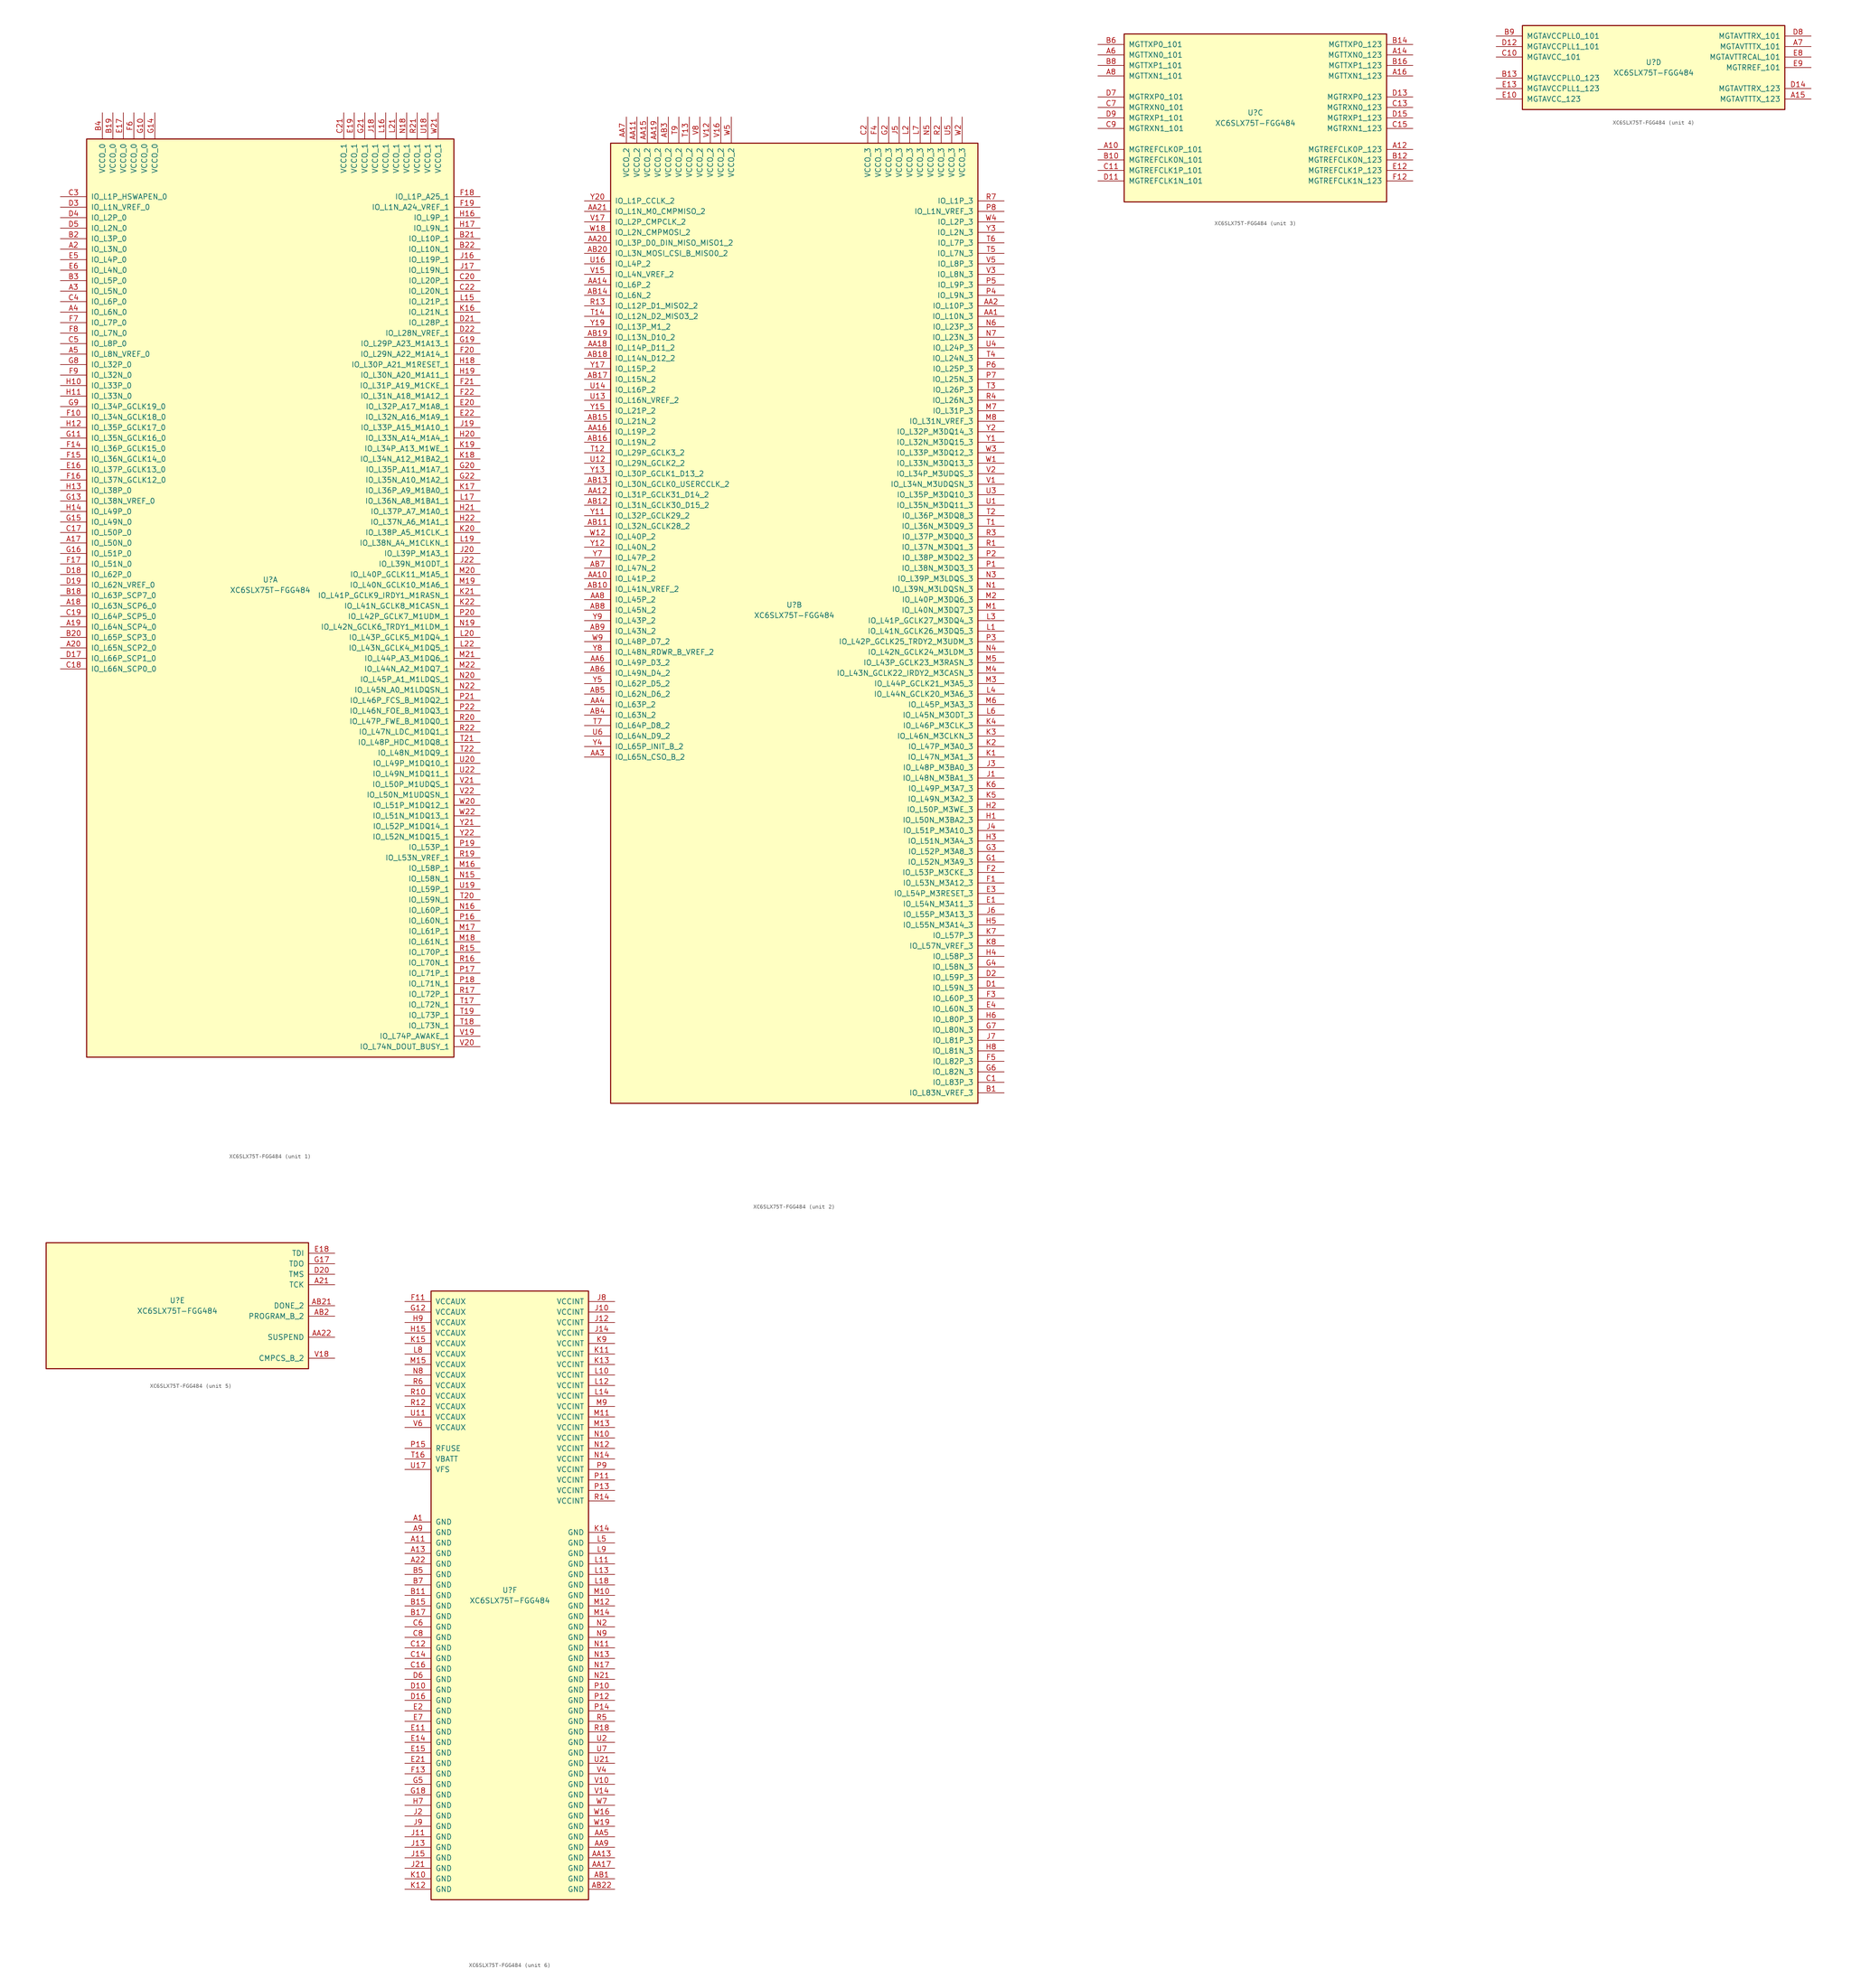
<source format=kicad_sym>
(kicad_symbol_lib
  (version 20201005)
  (generator kicad_symbol_editor)
  (symbol "FPGA_Xilinx_Spartan6:XC6SLX75T-FGG484"
    (pin_names
      (offset 1.016))
    (property "Reference" "U"
      (at 0 1.27 0)
      (effects (font (size 1.27 1.27))))
    (property "Value" "XC6SLX75T-FGG484"
      (at 0 -1.27 0)
      (effects (font (size 1.27 1.27))))
    (property "Datasheet" ""
      (at 0 0 0)
      (effects (font (size 1.27 1.27))))
    (property "ki_locked" ""
      (at 0 0 0)
      (effects (font (size 1.27 1.27))))
    (symbol "XC6SLX75T-FGG484_1_1"
      (rectangle (start -44.45 107.95) (end 44.45 -114.3) (stroke (width 0.254)) (fill (type background)))
      (pin power_in line (at -40.64 114.3 270) (length 6.35) (name "VCCO_0" (effects (font (size 1.27 1.27)))) (number "B4" (effects (font (size 1.27 1.27)))))
      (pin power_in line (at -38.1 114.3 270) (length 6.35) (name "VCCO_0" (effects (font (size 1.27 1.27)))) (number "B19" (effects (font (size 1.27 1.27)))))
      (pin power_in line (at -35.56 114.3 270) (length 6.35) (name "VCCO_0" (effects (font (size 1.27 1.27)))) (number "E17" (effects (font (size 1.27 1.27)))))
      (pin power_in line (at -33.02 114.3 270) (length 6.35) (name "VCCO_0" (effects (font (size 1.27 1.27)))) (number "F6" (effects (font (size 1.27 1.27)))))
      (pin power_in line (at -30.48 114.3 270) (length 6.35) (name "VCCO_0" (effects (font (size 1.27 1.27)))) (number "G10" (effects (font (size 1.27 1.27)))))
      (pin power_in line (at -27.94 114.3 270) (length 6.35) (name "VCCO_0" (effects (font (size 1.27 1.27)))) (number "G14" (effects (font (size 1.27 1.27)))))
      (pin bidirectional line (at -50.8 93.98 0) (length 6.35) (name "IO_L1P_HSWAPEN_0" (effects (font (size 1.27 1.27)))) (number "C3" (effects (font (size 1.27 1.27)))))
      (pin bidirectional line (at -50.8 91.44 0) (length 6.35) (name "IO_L1N_VREF_0" (effects (font (size 1.27 1.27)))) (number "D3" (effects (font (size 1.27 1.27)))))
      (pin bidirectional line (at -50.8 88.9 0) (length 6.35) (name "IO_L2P_0" (effects (font (size 1.27 1.27)))) (number "D4" (effects (font (size 1.27 1.27)))))
      (pin bidirectional line (at -50.8 86.36 0) (length 6.35) (name "IO_L2N_0" (effects (font (size 1.27 1.27)))) (number "D5" (effects (font (size 1.27 1.27)))))
      (pin bidirectional line (at -50.8 83.82 0) (length 6.35) (name "IO_L3P_0" (effects (font (size 1.27 1.27)))) (number "B2" (effects (font (size 1.27 1.27)))))
      (pin bidirectional line (at -50.8 81.28 0) (length 6.35) (name "IO_L3N_0" (effects (font (size 1.27 1.27)))) (number "A2" (effects (font (size 1.27 1.27)))))
      (pin bidirectional line (at -50.8 78.74 0) (length 6.35) (name "IO_L4P_0" (effects (font (size 1.27 1.27)))) (number "E5" (effects (font (size 1.27 1.27)))))
      (pin bidirectional line (at -50.8 76.2 0) (length 6.35) (name "IO_L4N_0" (effects (font (size 1.27 1.27)))) (number "E6" (effects (font (size 1.27 1.27)))))
      (pin bidirectional line (at -50.8 73.66 0) (length 6.35) (name "IO_L5P_0" (effects (font (size 1.27 1.27)))) (number "B3" (effects (font (size 1.27 1.27)))))
      (pin bidirectional line (at -50.8 71.12 0) (length 6.35) (name "IO_L5N_0" (effects (font (size 1.27 1.27)))) (number "A3" (effects (font (size 1.27 1.27)))))
      (pin bidirectional line (at -50.8 68.58 0) (length 6.35) (name "IO_L6P_0" (effects (font (size 1.27 1.27)))) (number "C4" (effects (font (size 1.27 1.27)))))
      (pin bidirectional line (at -50.8 66.04 0) (length 6.35) (name "IO_L6N_0" (effects (font (size 1.27 1.27)))) (number "A4" (effects (font (size 1.27 1.27)))))
      (pin bidirectional line (at -50.8 63.5 0) (length 6.35) (name "IO_L7P_0" (effects (font (size 1.27 1.27)))) (number "F7" (effects (font (size 1.27 1.27)))))
      (pin bidirectional line (at -50.8 60.96 0) (length 6.35) (name "IO_L7N_0" (effects (font (size 1.27 1.27)))) (number "F8" (effects (font (size 1.27 1.27)))))
      (pin bidirectional line (at -50.8 58.42 0) (length 6.35) (name "IO_L8P_0" (effects (font (size 1.27 1.27)))) (number "C5" (effects (font (size 1.27 1.27)))))
      (pin bidirectional line (at -50.8 55.88 0) (length 6.35) (name "IO_L8N_VREF_0" (effects (font (size 1.27 1.27)))) (number "A5" (effects (font (size 1.27 1.27)))))
      (pin bidirectional line (at -50.8 53.34 0) (length 6.35) (name "IO_L32P_0" (effects (font (size 1.27 1.27)))) (number "G8" (effects (font (size 1.27 1.27)))))
      (pin bidirectional line (at -50.8 50.8 0) (length 6.35) (name "IO_L32N_0" (effects (font (size 1.27 1.27)))) (number "F9" (effects (font (size 1.27 1.27)))))
      (pin bidirectional line (at -50.8 48.26 0) (length 6.35) (name "IO_L33P_0" (effects (font (size 1.27 1.27)))) (number "H10" (effects (font (size 1.27 1.27)))))
      (pin bidirectional line (at -50.8 45.72 0) (length 6.35) (name "IO_L33N_0" (effects (font (size 1.27 1.27)))) (number "H11" (effects (font (size 1.27 1.27)))))
      (pin bidirectional line (at -50.8 43.18 0) (length 6.35) (name "IO_L34P_GCLK19_0" (effects (font (size 1.27 1.27)))) (number "G9" (effects (font (size 1.27 1.27)))))
      (pin bidirectional line (at -50.8 40.64 0) (length 6.35) (name "IO_L34N_GCLK18_0" (effects (font (size 1.27 1.27)))) (number "F10" (effects (font (size 1.27 1.27)))))
      (pin bidirectional line (at -50.8 38.1 0) (length 6.35) (name "IO_L35P_GCLK17_0" (effects (font (size 1.27 1.27)))) (number "H12" (effects (font (size 1.27 1.27)))))
      (pin bidirectional line (at -50.8 35.56 0) (length 6.35) (name "IO_L35N_GCLK16_0" (effects (font (size 1.27 1.27)))) (number "G11" (effects (font (size 1.27 1.27)))))
      (pin bidirectional line (at -50.8 33.02 0) (length 6.35) (name "IO_L36P_GCLK15_0" (effects (font (size 1.27 1.27)))) (number "F14" (effects (font (size 1.27 1.27)))))
      (pin bidirectional line (at -50.8 30.48 0) (length 6.35) (name "IO_L36N_GCLK14_0" (effects (font (size 1.27 1.27)))) (number "F15" (effects (font (size 1.27 1.27)))))
      (pin bidirectional line (at -50.8 27.94 0) (length 6.35) (name "IO_L37P_GCLK13_0" (effects (font (size 1.27 1.27)))) (number "E16" (effects (font (size 1.27 1.27)))))
      (pin bidirectional line (at -50.8 25.4 0) (length 6.35) (name "IO_L37N_GCLK12_0" (effects (font (size 1.27 1.27)))) (number "F16" (effects (font (size 1.27 1.27)))))
      (pin bidirectional line (at -50.8 22.86 0) (length 6.35) (name "IO_L38P_0" (effects (font (size 1.27 1.27)))) (number "H13" (effects (font (size 1.27 1.27)))))
      (pin bidirectional line (at -50.8 20.32 0) (length 6.35) (name "IO_L38N_VREF_0" (effects (font (size 1.27 1.27)))) (number "G13" (effects (font (size 1.27 1.27)))))
      (pin bidirectional line (at -50.8 17.78 0) (length 6.35) (name "IO_L49P_0" (effects (font (size 1.27 1.27)))) (number "H14" (effects (font (size 1.27 1.27)))))
      (pin bidirectional line (at -50.8 15.24 0) (length 6.35) (name "IO_L49N_0" (effects (font (size 1.27 1.27)))) (number "G15" (effects (font (size 1.27 1.27)))))
      (pin bidirectional line (at -50.8 12.7 0) (length 6.35) (name "IO_L50P_0" (effects (font (size 1.27 1.27)))) (number "C17" (effects (font (size 1.27 1.27)))))
      (pin bidirectional line (at -50.8 10.16 0) (length 6.35) (name "IO_L50N_0" (effects (font (size 1.27 1.27)))) (number "A17" (effects (font (size 1.27 1.27)))))
      (pin bidirectional line (at -50.8 7.62 0) (length 6.35) (name "IO_L51P_0" (effects (font (size 1.27 1.27)))) (number "G16" (effects (font (size 1.27 1.27)))))
      (pin bidirectional line (at -50.8 5.08 0) (length 6.35) (name "IO_L51N_0" (effects (font (size 1.27 1.27)))) (number "F17" (effects (font (size 1.27 1.27)))))
      (pin bidirectional line (at -50.8 2.54 0) (length 6.35) (name "IO_L62P_0" (effects (font (size 1.27 1.27)))) (number "D18" (effects (font (size 1.27 1.27)))))
      (pin bidirectional line (at -50.8 0 0) (length 6.35) (name "IO_L62N_VREF_0" (effects (font (size 1.27 1.27)))) (number "D19" (effects (font (size 1.27 1.27)))))
      (pin bidirectional line (at -50.8 -2.54 0) (length 6.35) (name "IO_L63P_SCP7_0" (effects (font (size 1.27 1.27)))) (number "B18" (effects (font (size 1.27 1.27)))))
      (pin bidirectional line (at -50.8 -5.08 0) (length 6.35) (name "IO_L63N_SCP6_0" (effects (font (size 1.27 1.27)))) (number "A18" (effects (font (size 1.27 1.27)))))
      (pin bidirectional line (at -50.8 -7.62 0) (length 6.35) (name "IO_L64P_SCP5_0" (effects (font (size 1.27 1.27)))) (number "C19" (effects (font (size 1.27 1.27)))))
      (pin bidirectional line (at -50.8 -10.16 0) (length 6.35) (name "IO_L64N_SCP4_0" (effects (font (size 1.27 1.27)))) (number "A19" (effects (font (size 1.27 1.27)))))
      (pin bidirectional line (at -50.8 -12.7 0) (length 6.35) (name "IO_L65P_SCP3_0" (effects (font (size 1.27 1.27)))) (number "B20" (effects (font (size 1.27 1.27)))))
      (pin bidirectional line (at -50.8 -15.24 0) (length 6.35) (name "IO_L65N_SCP2_0" (effects (font (size 1.27 1.27)))) (number "A20" (effects (font (size 1.27 1.27)))))
      (pin bidirectional line (at -50.8 -17.78 0) (length 6.35) (name "IO_L66P_SCP1_0" (effects (font (size 1.27 1.27)))) (number "D17" (effects (font (size 1.27 1.27)))))
      (pin bidirectional line (at -50.8 -20.32 0) (length 6.35) (name "IO_L66N_SCP0_0" (effects (font (size 1.27 1.27)))) (number "C18" (effects (font (size 1.27 1.27)))))
      (pin power_in line (at 17.78 114.3 270) (length 6.35) (name "VCCO_1" (effects (font (size 1.27 1.27)))) (number "C21" (effects (font (size 1.27 1.27)))))
      (pin power_in line (at 20.32 114.3 270) (length 6.35) (name "VCCO_1" (effects (font (size 1.27 1.27)))) (number "E19" (effects (font (size 1.27 1.27)))))
      (pin power_in line (at 22.86 114.3 270) (length 6.35) (name "VCCO_1" (effects (font (size 1.27 1.27)))) (number "G21" (effects (font (size 1.27 1.27)))))
      (pin power_in line (at 25.4 114.3 270) (length 6.35) (name "VCCO_1" (effects (font (size 1.27 1.27)))) (number "J18" (effects (font (size 1.27 1.27)))))
      (pin power_in line (at 27.94 114.3 270) (length 6.35) (name "VCCO_1" (effects (font (size 1.27 1.27)))) (number "L16" (effects (font (size 1.27 1.27)))))
      (pin power_in line (at 30.48 114.3 270) (length 6.35) (name "VCCO_1" (effects (font (size 1.27 1.27)))) (number "L21" (effects (font (size 1.27 1.27)))))
      (pin power_in line (at 33.02 114.3 270) (length 6.35) (name "VCCO_1" (effects (font (size 1.27 1.27)))) (number "N18" (effects (font (size 1.27 1.27)))))
      (pin power_in line (at 35.56 114.3 270) (length 6.35) (name "VCCO_1" (effects (font (size 1.27 1.27)))) (number "R21" (effects (font (size 1.27 1.27)))))
      (pin power_in line (at 38.1 114.3 270) (length 6.35) (name "VCCO_1" (effects (font (size 1.27 1.27)))) (number "U18" (effects (font (size 1.27 1.27)))))
      (pin power_in line (at 40.64 114.3 270) (length 6.35) (name "VCCO_1" (effects (font (size 1.27 1.27)))) (number "W21" (effects (font (size 1.27 1.27)))))
      (pin bidirectional line (at 50.8 93.98 180) (length 6.35) (name "IO_L1P_A25_1" (effects (font (size 1.27 1.27)))) (number "F18" (effects (font (size 1.27 1.27)))))
      (pin bidirectional line (at 50.8 91.44 180) (length 6.35) (name "IO_L1N_A24_VREF_1" (effects (font (size 1.27 1.27)))) (number "F19" (effects (font (size 1.27 1.27)))))
      (pin bidirectional line (at 50.8 88.9 180) (length 6.35) (name "IO_L9P_1" (effects (font (size 1.27 1.27)))) (number "H16" (effects (font (size 1.27 1.27)))))
      (pin bidirectional line (at 50.8 86.36 180) (length 6.35) (name "IO_L9N_1" (effects (font (size 1.27 1.27)))) (number "H17" (effects (font (size 1.27 1.27)))))
      (pin bidirectional line (at 50.8 83.82 180) (length 6.35) (name "IO_L10P_1" (effects (font (size 1.27 1.27)))) (number "B21" (effects (font (size 1.27 1.27)))))
      (pin bidirectional line (at 50.8 81.28 180) (length 6.35) (name "IO_L10N_1" (effects (font (size 1.27 1.27)))) (number "B22" (effects (font (size 1.27 1.27)))))
      (pin bidirectional line (at 50.8 78.74 180) (length 6.35) (name "IO_L19P_1" (effects (font (size 1.27 1.27)))) (number "J16" (effects (font (size 1.27 1.27)))))
      (pin bidirectional line (at 50.8 76.2 180) (length 6.35) (name "IO_L19N_1" (effects (font (size 1.27 1.27)))) (number "J17" (effects (font (size 1.27 1.27)))))
      (pin bidirectional line (at 50.8 73.66 180) (length 6.35) (name "IO_L20P_1" (effects (font (size 1.27 1.27)))) (number "C20" (effects (font (size 1.27 1.27)))))
      (pin bidirectional line (at 50.8 71.12 180) (length 6.35) (name "IO_L20N_1" (effects (font (size 1.27 1.27)))) (number "C22" (effects (font (size 1.27 1.27)))))
      (pin bidirectional line (at 50.8 68.58 180) (length 6.35) (name "IO_L21P_1" (effects (font (size 1.27 1.27)))) (number "L15" (effects (font (size 1.27 1.27)))))
      (pin bidirectional line (at 50.8 66.04 180) (length 6.35) (name "IO_L21N_1" (effects (font (size 1.27 1.27)))) (number "K16" (effects (font (size 1.27 1.27)))))
      (pin bidirectional line (at 50.8 63.5 180) (length 6.35) (name "IO_L28P_1" (effects (font (size 1.27 1.27)))) (number "D21" (effects (font (size 1.27 1.27)))))
      (pin bidirectional line (at 50.8 60.96 180) (length 6.35) (name "IO_L28N_VREF_1" (effects (font (size 1.27 1.27)))) (number "D22" (effects (font (size 1.27 1.27)))))
      (pin bidirectional line (at 50.8 58.42 180) (length 6.35) (name "IO_L29P_A23_M1A13_1" (effects (font (size 1.27 1.27)))) (number "G19" (effects (font (size 1.27 1.27)))))
      (pin bidirectional line (at 50.8 55.88 180) (length 6.35) (name "IO_L29N_A22_M1A14_1" (effects (font (size 1.27 1.27)))) (number "F20" (effects (font (size 1.27 1.27)))))
      (pin bidirectional line (at 50.8 53.34 180) (length 6.35) (name "IO_L30P_A21_M1RESET_1" (effects (font (size 1.27 1.27)))) (number "H18" (effects (font (size 1.27 1.27)))))
      (pin bidirectional line (at 50.8 50.8 180) (length 6.35) (name "IO_L30N_A20_M1A11_1" (effects (font (size 1.27 1.27)))) (number "H19" (effects (font (size 1.27 1.27)))))
      (pin bidirectional line (at 50.8 48.26 180) (length 6.35) (name "IO_L31P_A19_M1CKE_1" (effects (font (size 1.27 1.27)))) (number "F21" (effects (font (size 1.27 1.27)))))
      (pin bidirectional line (at 50.8 45.72 180) (length 6.35) (name "IO_L31N_A18_M1A12_1" (effects (font (size 1.27 1.27)))) (number "F22" (effects (font (size 1.27 1.27)))))
      (pin bidirectional line (at 50.8 43.18 180) (length 6.35) (name "IO_L32P_A17_M1A8_1" (effects (font (size 1.27 1.27)))) (number "E20" (effects (font (size 1.27 1.27)))))
      (pin bidirectional line (at 50.8 40.64 180) (length 6.35) (name "IO_L32N_A16_M1A9_1" (effects (font (size 1.27 1.27)))) (number "E22" (effects (font (size 1.27 1.27)))))
      (pin bidirectional line (at 50.8 38.1 180) (length 6.35) (name "IO_L33P_A15_M1A10_1" (effects (font (size 1.27 1.27)))) (number "J19" (effects (font (size 1.27 1.27)))))
      (pin bidirectional line (at 50.8 35.56 180) (length 6.35) (name "IO_L33N_A14_M1A4_1" (effects (font (size 1.27 1.27)))) (number "H20" (effects (font (size 1.27 1.27)))))
      (pin bidirectional line (at 50.8 33.02 180) (length 6.35) (name "IO_L34P_A13_M1WE_1" (effects (font (size 1.27 1.27)))) (number "K19" (effects (font (size 1.27 1.27)))))
      (pin bidirectional line (at 50.8 30.48 180) (length 6.35) (name "IO_L34N_A12_M1BA2_1" (effects (font (size 1.27 1.27)))) (number "K18" (effects (font (size 1.27 1.27)))))
      (pin bidirectional line (at 50.8 27.94 180) (length 6.35) (name "IO_L35P_A11_M1A7_1" (effects (font (size 1.27 1.27)))) (number "G20" (effects (font (size 1.27 1.27)))))
      (pin bidirectional line (at 50.8 25.4 180) (length 6.35) (name "IO_L35N_A10_M1A2_1" (effects (font (size 1.27 1.27)))) (number "G22" (effects (font (size 1.27 1.27)))))
      (pin bidirectional line (at 50.8 22.86 180) (length 6.35) (name "IO_L36P_A9_M1BA0_1" (effects (font (size 1.27 1.27)))) (number "K17" (effects (font (size 1.27 1.27)))))
      (pin bidirectional line (at 50.8 20.32 180) (length 6.35) (name "IO_L36N_A8_M1BA1_1" (effects (font (size 1.27 1.27)))) (number "L17" (effects (font (size 1.27 1.27)))))
      (pin bidirectional line (at 50.8 17.78 180) (length 6.35) (name "IO_L37P_A7_M1A0_1" (effects (font (size 1.27 1.27)))) (number "H21" (effects (font (size 1.27 1.27)))))
      (pin bidirectional line (at 50.8 15.24 180) (length 6.35) (name "IO_L37N_A6_M1A1_1" (effects (font (size 1.27 1.27)))) (number "H22" (effects (font (size 1.27 1.27)))))
      (pin bidirectional line (at 50.8 12.7 180) (length 6.35) (name "IO_L38P_A5_M1CLK_1" (effects (font (size 1.27 1.27)))) (number "K20" (effects (font (size 1.27 1.27)))))
      (pin bidirectional line (at 50.8 10.16 180) (length 6.35) (name "IO_L38N_A4_M1CLKN_1" (effects (font (size 1.27 1.27)))) (number "L19" (effects (font (size 1.27 1.27)))))
      (pin bidirectional line (at 50.8 7.62 180) (length 6.35) (name "IO_L39P_M1A3_1" (effects (font (size 1.27 1.27)))) (number "J20" (effects (font (size 1.27 1.27)))))
      (pin bidirectional line (at 50.8 5.08 180) (length 6.35) (name "IO_L39N_M1ODT_1" (effects (font (size 1.27 1.27)))) (number "J22" (effects (font (size 1.27 1.27)))))
      (pin bidirectional line (at 50.8 2.54 180) (length 6.35) (name "IO_L40P_GCLK11_M1A5_1" (effects (font (size 1.27 1.27)))) (number "M20" (effects (font (size 1.27 1.27)))))
      (pin bidirectional line (at 50.8 0 180) (length 6.35) (name "IO_L40N_GCLK10_M1A6_1" (effects (font (size 1.27 1.27)))) (number "M19" (effects (font (size 1.27 1.27)))))
      (pin bidirectional line (at 50.8 -2.54 180) (length 6.35) (name "IO_L41P_GCLK9_IRDY1_M1RASN_1" (effects (font (size 1.27 1.27)))) (number "K21" (effects (font (size 1.27 1.27)))))
      (pin bidirectional line (at 50.8 -5.08 180) (length 6.35) (name "IO_L41N_GCLK8_M1CASN_1" (effects (font (size 1.27 1.27)))) (number "K22" (effects (font (size 1.27 1.27)))))
      (pin bidirectional line (at 50.8 -7.62 180) (length 6.35) (name "IO_L42P_GCLK7_M1UDM_1" (effects (font (size 1.27 1.27)))) (number "P20" (effects (font (size 1.27 1.27)))))
      (pin bidirectional line (at 50.8 -10.16 180) (length 6.35) (name "IO_L42N_GCLK6_TRDY1_M1LDM_1" (effects (font (size 1.27 1.27)))) (number "N19" (effects (font (size 1.27 1.27)))))
      (pin bidirectional line (at 50.8 -12.7 180) (length 6.35) (name "IO_L43P_GCLK5_M1DQ4_1" (effects (font (size 1.27 1.27)))) (number "L20" (effects (font (size 1.27 1.27)))))
      (pin bidirectional line (at 50.8 -15.24 180) (length 6.35) (name "IO_L43N_GCLK4_M1DQ5_1" (effects (font (size 1.27 1.27)))) (number "L22" (effects (font (size 1.27 1.27)))))
      (pin bidirectional line (at 50.8 -17.78 180) (length 6.35) (name "IO_L44P_A3_M1DQ6_1" (effects (font (size 1.27 1.27)))) (number "M21" (effects (font (size 1.27 1.27)))))
      (pin bidirectional line (at 50.8 -20.32 180) (length 6.35) (name "IO_L44N_A2_M1DQ7_1" (effects (font (size 1.27 1.27)))) (number "M22" (effects (font (size 1.27 1.27)))))
      (pin bidirectional line (at 50.8 -22.86 180) (length 6.35) (name "IO_L45P_A1_M1LDQS_1" (effects (font (size 1.27 1.27)))) (number "N20" (effects (font (size 1.27 1.27)))))
      (pin bidirectional line (at 50.8 -25.4 180) (length 6.35) (name "IO_L45N_A0_M1LDQSN_1" (effects (font (size 1.27 1.27)))) (number "N22" (effects (font (size 1.27 1.27)))))
      (pin bidirectional line (at 50.8 -27.94 180) (length 6.35) (name "IO_L46P_FCS_B_M1DQ2_1" (effects (font (size 1.27 1.27)))) (number "P21" (effects (font (size 1.27 1.27)))))
      (pin bidirectional line (at 50.8 -30.48 180) (length 6.35) (name "IO_L46N_FOE_B_M1DQ3_1" (effects (font (size 1.27 1.27)))) (number "P22" (effects (font (size 1.27 1.27)))))
      (pin bidirectional line (at 50.8 -33.02 180) (length 6.35) (name "IO_L47P_FWE_B_M1DQ0_1" (effects (font (size 1.27 1.27)))) (number "R20" (effects (font (size 1.27 1.27)))))
      (pin bidirectional line (at 50.8 -35.56 180) (length 6.35) (name "IO_L47N_LDC_M1DQ1_1" (effects (font (size 1.27 1.27)))) (number "R22" (effects (font (size 1.27 1.27)))))
      (pin bidirectional line (at 50.8 -38.1 180) (length 6.35) (name "IO_L48P_HDC_M1DQ8_1" (effects (font (size 1.27 1.27)))) (number "T21" (effects (font (size 1.27 1.27)))))
      (pin bidirectional line (at 50.8 -40.64 180) (length 6.35) (name "IO_L48N_M1DQ9_1" (effects (font (size 1.27 1.27)))) (number "T22" (effects (font (size 1.27 1.27)))))
      (pin bidirectional line (at 50.8 -43.18 180) (length 6.35) (name "IO_L49P_M1DQ10_1" (effects (font (size 1.27 1.27)))) (number "U20" (effects (font (size 1.27 1.27)))))
      (pin bidirectional line (at 50.8 -45.72 180) (length 6.35) (name "IO_L49N_M1DQ11_1" (effects (font (size 1.27 1.27)))) (number "U22" (effects (font (size 1.27 1.27)))))
      (pin bidirectional line (at 50.8 -48.26 180) (length 6.35) (name "IO_L50P_M1UDQS_1" (effects (font (size 1.27 1.27)))) (number "V21" (effects (font (size 1.27 1.27)))))
      (pin bidirectional line (at 50.8 -50.8 180) (length 6.35) (name "IO_L50N_M1UDQSN_1" (effects (font (size 1.27 1.27)))) (number "V22" (effects (font (size 1.27 1.27)))))
      (pin bidirectional line (at 50.8 -53.34 180) (length 6.35) (name "IO_L51P_M1DQ12_1" (effects (font (size 1.27 1.27)))) (number "W20" (effects (font (size 1.27 1.27)))))
      (pin bidirectional line (at 50.8 -55.88 180) (length 6.35) (name "IO_L51N_M1DQ13_1" (effects (font (size 1.27 1.27)))) (number "W22" (effects (font (size 1.27 1.27)))))
      (pin bidirectional line (at 50.8 -58.42 180) (length 6.35) (name "IO_L52P_M1DQ14_1" (effects (font (size 1.27 1.27)))) (number "Y21" (effects (font (size 1.27 1.27)))))
      (pin bidirectional line (at 50.8 -60.96 180) (length 6.35) (name "IO_L52N_M1DQ15_1" (effects (font (size 1.27 1.27)))) (number "Y22" (effects (font (size 1.27 1.27)))))
      (pin bidirectional line (at 50.8 -63.5 180) (length 6.35) (name "IO_L53P_1" (effects (font (size 1.27 1.27)))) (number "P19" (effects (font (size 1.27 1.27)))))
      (pin bidirectional line (at 50.8 -66.04 180) (length 6.35) (name "IO_L53N_VREF_1" (effects (font (size 1.27 1.27)))) (number "R19" (effects (font (size 1.27 1.27)))))
      (pin bidirectional line (at 50.8 -68.58 180) (length 6.35) (name "IO_L58P_1" (effects (font (size 1.27 1.27)))) (number "M16" (effects (font (size 1.27 1.27)))))
      (pin bidirectional line (at 50.8 -71.12 180) (length 6.35) (name "IO_L58N_1" (effects (font (size 1.27 1.27)))) (number "N15" (effects (font (size 1.27 1.27)))))
      (pin bidirectional line (at 50.8 -73.66 180) (length 6.35) (name "IO_L59P_1" (effects (font (size 1.27 1.27)))) (number "U19" (effects (font (size 1.27 1.27)))))
      (pin bidirectional line (at 50.8 -76.2 180) (length 6.35) (name "IO_L59N_1" (effects (font (size 1.27 1.27)))) (number "T20" (effects (font (size 1.27 1.27)))))
      (pin bidirectional line (at 50.8 -78.74 180) (length 6.35) (name "IO_L60P_1" (effects (font (size 1.27 1.27)))) (number "N16" (effects (font (size 1.27 1.27)))))
      (pin bidirectional line (at 50.8 -81.28 180) (length 6.35) (name "IO_L60N_1" (effects (font (size 1.27 1.27)))) (number "P16" (effects (font (size 1.27 1.27)))))
      (pin bidirectional line (at 50.8 -83.82 180) (length 6.35) (name "IO_L61P_1" (effects (font (size 1.27 1.27)))) (number "M17" (effects (font (size 1.27 1.27)))))
      (pin bidirectional line (at 50.8 -86.36 180) (length 6.35) (name "IO_L61N_1" (effects (font (size 1.27 1.27)))) (number "M18" (effects (font (size 1.27 1.27)))))
      (pin bidirectional line (at 50.8 -88.9 180) (length 6.35) (name "IO_L70P_1" (effects (font (size 1.27 1.27)))) (number "R15" (effects (font (size 1.27 1.27)))))
      (pin bidirectional line (at 50.8 -91.44 180) (length 6.35) (name "IO_L70N_1" (effects (font (size 1.27 1.27)))) (number "R16" (effects (font (size 1.27 1.27)))))
      (pin bidirectional line (at 50.8 -93.98 180) (length 6.35) (name "IO_L71P_1" (effects (font (size 1.27 1.27)))) (number "P17" (effects (font (size 1.27 1.27)))))
      (pin bidirectional line (at 50.8 -96.52 180) (length 6.35) (name "IO_L71N_1" (effects (font (size 1.27 1.27)))) (number "P18" (effects (font (size 1.27 1.27)))))
      (pin bidirectional line (at 50.8 -99.06 180) (length 6.35) (name "IO_L72P_1" (effects (font (size 1.27 1.27)))) (number "R17" (effects (font (size 1.27 1.27)))))
      (pin bidirectional line (at 50.8 -101.6 180) (length 6.35) (name "IO_L72N_1" (effects (font (size 1.27 1.27)))) (number "T17" (effects (font (size 1.27 1.27)))))
      (pin bidirectional line (at 50.8 -104.14 180) (length 6.35) (name "IO_L73P_1" (effects (font (size 1.27 1.27)))) (number "T19" (effects (font (size 1.27 1.27)))))
      (pin bidirectional line (at 50.8 -106.68 180) (length 6.35) (name "IO_L73N_1" (effects (font (size 1.27 1.27)))) (number "T18" (effects (font (size 1.27 1.27)))))
      (pin bidirectional line (at 50.8 -109.22 180) (length 6.35) (name "IO_L74P_AWAKE_1" (effects (font (size 1.27 1.27)))) (number "V19" (effects (font (size 1.27 1.27)))))
      (pin bidirectional line (at 50.8 -111.76 180) (length 6.35) (name "IO_L74N_DOUT_BUSY_1" (effects (font (size 1.27 1.27)))) (number "V20" (effects (font (size 1.27 1.27))))))
    (symbol "XC6SLX75T-FGG484_2_1"
      (rectangle (start -44.45 113.03) (end 44.45 -119.38) (stroke (width 0.254)) (fill (type background)))
      (pin power_in line (at -40.64 119.38 270) (length 6.35) (name "VCCO_2" (effects (font (size 1.27 1.27)))) (number "AA7" (effects (font (size 1.27 1.27)))))
      (pin power_in line (at -38.1 119.38 270) (length 6.35) (name "VCCO_2" (effects (font (size 1.27 1.27)))) (number "AA11" (effects (font (size 1.27 1.27)))))
      (pin power_in line (at -35.56 119.38 270) (length 6.35) (name "VCCO_2" (effects (font (size 1.27 1.27)))) (number "AA15" (effects (font (size 1.27 1.27)))))
      (pin power_in line (at -33.02 119.38 270) (length 6.35) (name "VCCO_2" (effects (font (size 1.27 1.27)))) (number "AA19" (effects (font (size 1.27 1.27)))))
      (pin power_in line (at -30.48 119.38 270) (length 6.35) (name "VCCO_2" (effects (font (size 1.27 1.27)))) (number "AB3" (effects (font (size 1.27 1.27)))))
      (pin power_in line (at -27.94 119.38 270) (length 6.35) (name "VCCO_2" (effects (font (size 1.27 1.27)))) (number "T9" (effects (font (size 1.27 1.27)))))
      (pin power_in line (at -25.4 119.38 270) (length 6.35) (name "VCCO_2" (effects (font (size 1.27 1.27)))) (number "T13" (effects (font (size 1.27 1.27)))))
      (pin power_in line (at -22.86 119.38 270) (length 6.35) (name "VCCO_2" (effects (font (size 1.27 1.27)))) (number "V8" (effects (font (size 1.27 1.27)))))
      (pin power_in line (at -20.32 119.38 270) (length 6.35) (name "VCCO_2" (effects (font (size 1.27 1.27)))) (number "V12" (effects (font (size 1.27 1.27)))))
      (pin power_in line (at -17.78 119.38 270) (length 6.35) (name "VCCO_2" (effects (font (size 1.27 1.27)))) (number "V16" (effects (font (size 1.27 1.27)))))
      (pin power_in line (at -15.24 119.38 270) (length 6.35) (name "VCCO_2" (effects (font (size 1.27 1.27)))) (number "W5" (effects (font (size 1.27 1.27)))))
      (pin bidirectional line (at -50.8 99.06 0) (length 6.35) (name "IO_L1P_CCLK_2" (effects (font (size 1.27 1.27)))) (number "Y20" (effects (font (size 1.27 1.27)))))
      (pin bidirectional line (at -50.8 96.52 0) (length 6.35) (name "IO_L1N_M0_CMPMISO_2" (effects (font (size 1.27 1.27)))) (number "AA21" (effects (font (size 1.27 1.27)))))
      (pin bidirectional line (at -50.8 93.98 0) (length 6.35) (name "IO_L2P_CMPCLK_2" (effects (font (size 1.27 1.27)))) (number "V17" (effects (font (size 1.27 1.27)))))
      (pin bidirectional line (at -50.8 91.44 0) (length 6.35) (name "IO_L2N_CMPMOSI_2" (effects (font (size 1.27 1.27)))) (number "W18" (effects (font (size 1.27 1.27)))))
      (pin bidirectional line (at -50.8 88.9 0) (length 6.35) (name "IO_L3P_D0_DIN_MISO_MISO1_2" (effects (font (size 1.27 1.27)))) (number "AA20" (effects (font (size 1.27 1.27)))))
      (pin bidirectional line (at -50.8 86.36 0) (length 6.35) (name "IO_L3N_MOSI_CSI_B_MISO0_2" (effects (font (size 1.27 1.27)))) (number "AB20" (effects (font (size 1.27 1.27)))))
      (pin bidirectional line (at -50.8 83.82 0) (length 6.35) (name "IO_L4P_2" (effects (font (size 1.27 1.27)))) (number "U16" (effects (font (size 1.27 1.27)))))
      (pin bidirectional line (at -50.8 81.28 0) (length 6.35) (name "IO_L4N_VREF_2" (effects (font (size 1.27 1.27)))) (number "V15" (effects (font (size 1.27 1.27)))))
      (pin bidirectional line (at -50.8 78.74 0) (length 6.35) (name "IO_L6P_2" (effects (font (size 1.27 1.27)))) (number "AA14" (effects (font (size 1.27 1.27)))))
      (pin bidirectional line (at -50.8 76.2 0) (length 6.35) (name "IO_L6N_2" (effects (font (size 1.27 1.27)))) (number "AB14" (effects (font (size 1.27 1.27)))))
      (pin bidirectional line (at -50.8 73.66 0) (length 6.35) (name "IO_L12P_D1_MISO2_2" (effects (font (size 1.27 1.27)))) (number "R13" (effects (font (size 1.27 1.27)))))
      (pin bidirectional line (at -50.8 71.12 0) (length 6.35) (name "IO_L12N_D2_MISO3_2" (effects (font (size 1.27 1.27)))) (number "T14" (effects (font (size 1.27 1.27)))))
      (pin bidirectional line (at -50.8 68.58 0) (length 6.35) (name "IO_L13P_M1_2" (effects (font (size 1.27 1.27)))) (number "Y19" (effects (font (size 1.27 1.27)))))
      (pin bidirectional line (at -50.8 66.04 0) (length 6.35) (name "IO_L13N_D10_2" (effects (font (size 1.27 1.27)))) (number "AB19" (effects (font (size 1.27 1.27)))))
      (pin bidirectional line (at -50.8 63.5 0) (length 6.35) (name "IO_L14P_D11_2" (effects (font (size 1.27 1.27)))) (number "AA18" (effects (font (size 1.27 1.27)))))
      (pin bidirectional line (at -50.8 60.96 0) (length 6.35) (name "IO_L14N_D12_2" (effects (font (size 1.27 1.27)))) (number "AB18" (effects (font (size 1.27 1.27)))))
      (pin bidirectional line (at -50.8 58.42 0) (length 6.35) (name "IO_L15P_2" (effects (font (size 1.27 1.27)))) (number "Y17" (effects (font (size 1.27 1.27)))))
      (pin bidirectional line (at -50.8 55.88 0) (length 6.35) (name "IO_L15N_2" (effects (font (size 1.27 1.27)))) (number "AB17" (effects (font (size 1.27 1.27)))))
      (pin bidirectional line (at -50.8 53.34 0) (length 6.35) (name "IO_L16P_2" (effects (font (size 1.27 1.27)))) (number "U14" (effects (font (size 1.27 1.27)))))
      (pin bidirectional line (at -50.8 50.8 0) (length 6.35) (name "IO_L16N_VREF_2" (effects (font (size 1.27 1.27)))) (number "U13" (effects (font (size 1.27 1.27)))))
      (pin bidirectional line (at -50.8 48.26 0) (length 6.35) (name "IO_L21P_2" (effects (font (size 1.27 1.27)))) (number "Y15" (effects (font (size 1.27 1.27)))))
      (pin bidirectional line (at -50.8 45.72 0) (length 6.35) (name "IO_L21N_2" (effects (font (size 1.27 1.27)))) (number "AB15" (effects (font (size 1.27 1.27)))))
      (pin bidirectional line (at -50.8 43.18 0) (length 6.35) (name "IO_L19P_2" (effects (font (size 1.27 1.27)))) (number "AA16" (effects (font (size 1.27 1.27)))))
      (pin bidirectional line (at -50.8 40.64 0) (length 6.35) (name "IO_L19N_2" (effects (font (size 1.27 1.27)))) (number "AB16" (effects (font (size 1.27 1.27)))))
      (pin bidirectional line (at -50.8 38.1 0) (length 6.35) (name "IO_L29P_GCLK3_2" (effects (font (size 1.27 1.27)))) (number "T12" (effects (font (size 1.27 1.27)))))
      (pin bidirectional line (at -50.8 35.56 0) (length 6.35) (name "IO_L29N_GCLK2_2" (effects (font (size 1.27 1.27)))) (number "U12" (effects (font (size 1.27 1.27)))))
      (pin bidirectional line (at -50.8 33.02 0) (length 6.35) (name "IO_L30P_GCLK1_D13_2" (effects (font (size 1.27 1.27)))) (number "Y13" (effects (font (size 1.27 1.27)))))
      (pin bidirectional line (at -50.8 30.48 0) (length 6.35) (name "IO_L30N_GCLK0_USERCCLK_2" (effects (font (size 1.27 1.27)))) (number "AB13" (effects (font (size 1.27 1.27)))))
      (pin bidirectional line (at -50.8 27.94 0) (length 6.35) (name "IO_L31P_GCLK31_D14_2" (effects (font (size 1.27 1.27)))) (number "AA12" (effects (font (size 1.27 1.27)))))
      (pin bidirectional line (at -50.8 25.4 0) (length 6.35) (name "IO_L31N_GCLK30_D15_2" (effects (font (size 1.27 1.27)))) (number "AB12" (effects (font (size 1.27 1.27)))))
      (pin bidirectional line (at -50.8 22.86 0) (length 6.35) (name "IO_L32P_GCLK29_2" (effects (font (size 1.27 1.27)))) (number "Y11" (effects (font (size 1.27 1.27)))))
      (pin bidirectional line (at -50.8 20.32 0) (length 6.35) (name "IO_L32N_GCLK28_2" (effects (font (size 1.27 1.27)))) (number "AB11" (effects (font (size 1.27 1.27)))))
      (pin bidirectional line (at -50.8 17.78 0) (length 6.35) (name "IO_L40P_2" (effects (font (size 1.27 1.27)))) (number "W12" (effects (font (size 1.27 1.27)))))
      (pin bidirectional line (at -50.8 15.24 0) (length 6.35) (name "IO_L40N_2" (effects (font (size 1.27 1.27)))) (number "Y12" (effects (font (size 1.27 1.27)))))
      (pin bidirectional line (at -50.8 12.7 0) (length 6.35) (name "IO_L47P_2" (effects (font (size 1.27 1.27)))) (number "Y7" (effects (font (size 1.27 1.27)))))
      (pin bidirectional line (at -50.8 10.16 0) (length 6.35) (name "IO_L47N_2" (effects (font (size 1.27 1.27)))) (number "AB7" (effects (font (size 1.27 1.27)))))
      (pin bidirectional line (at -50.8 7.62 0) (length 6.35) (name "IO_L41P_2" (effects (font (size 1.27 1.27)))) (number "AA10" (effects (font (size 1.27 1.27)))))
      (pin bidirectional line (at -50.8 5.08 0) (length 6.35) (name "IO_L41N_VREF_2" (effects (font (size 1.27 1.27)))) (number "AB10" (effects (font (size 1.27 1.27)))))
      (pin bidirectional line (at -50.8 2.54 0) (length 6.35) (name "IO_L45P_2" (effects (font (size 1.27 1.27)))) (number "AA8" (effects (font (size 1.27 1.27)))))
      (pin bidirectional line (at -50.8 0 0) (length 6.35) (name "IO_L45N_2" (effects (font (size 1.27 1.27)))) (number "AB8" (effects (font (size 1.27 1.27)))))
      (pin bidirectional line (at -50.8 -2.54 0) (length 6.35) (name "IO_L43P_2" (effects (font (size 1.27 1.27)))) (number "Y9" (effects (font (size 1.27 1.27)))))
      (pin bidirectional line (at -50.8 -5.08 0) (length 6.35) (name "IO_L43N_2" (effects (font (size 1.27 1.27)))) (number "AB9" (effects (font (size 1.27 1.27)))))
      (pin bidirectional line (at -50.8 -7.62 0) (length 6.35) (name "IO_L48P_D7_2" (effects (font (size 1.27 1.27)))) (number "W9" (effects (font (size 1.27 1.27)))))
      (pin bidirectional line (at -50.8 -10.16 0) (length 6.35) (name "IO_L48N_RDWR_B_VREF_2" (effects (font (size 1.27 1.27)))) (number "Y8" (effects (font (size 1.27 1.27)))))
      (pin bidirectional line (at -50.8 -12.7 0) (length 6.35) (name "IO_L49P_D3_2" (effects (font (size 1.27 1.27)))) (number "AA6" (effects (font (size 1.27 1.27)))))
      (pin bidirectional line (at -50.8 -15.24 0) (length 6.35) (name "IO_L49N_D4_2" (effects (font (size 1.27 1.27)))) (number "AB6" (effects (font (size 1.27 1.27)))))
      (pin bidirectional line (at -50.8 -17.78 0) (length 6.35) (name "IO_L62P_D5_2" (effects (font (size 1.27 1.27)))) (number "Y5" (effects (font (size 1.27 1.27)))))
      (pin bidirectional line (at -50.8 -20.32 0) (length 6.35) (name "IO_L62N_D6_2" (effects (font (size 1.27 1.27)))) (number "AB5" (effects (font (size 1.27 1.27)))))
      (pin bidirectional line (at -50.8 -22.86 0) (length 6.35) (name "IO_L63P_2" (effects (font (size 1.27 1.27)))) (number "AA4" (effects (font (size 1.27 1.27)))))
      (pin bidirectional line (at -50.8 -25.4 0) (length 6.35) (name "IO_L63N_2" (effects (font (size 1.27 1.27)))) (number "AB4" (effects (font (size 1.27 1.27)))))
      (pin bidirectional line (at -50.8 -27.94 0) (length 6.35) (name "IO_L64P_D8_2" (effects (font (size 1.27 1.27)))) (number "T7" (effects (font (size 1.27 1.27)))))
      (pin bidirectional line (at -50.8 -30.48 0) (length 6.35) (name "IO_L64N_D9_2" (effects (font (size 1.27 1.27)))) (number "U6" (effects (font (size 1.27 1.27)))))
      (pin bidirectional line (at -50.8 -33.02 0) (length 6.35) (name "IO_L65P_INIT_B_2" (effects (font (size 1.27 1.27)))) (number "Y4" (effects (font (size 1.27 1.27)))))
      (pin bidirectional line (at -50.8 -35.56 0) (length 6.35) (name "IO_L65N_CSO_B_2" (effects (font (size 1.27 1.27)))) (number "AA3" (effects (font (size 1.27 1.27)))))
      (pin power_in line (at 17.78 119.38 270) (length 6.35) (name "VCCO_3" (effects (font (size 1.27 1.27)))) (number "C2" (effects (font (size 1.27 1.27)))))
      (pin power_in line (at 20.32 119.38 270) (length 6.35) (name "VCCO_3" (effects (font (size 1.27 1.27)))) (number "F4" (effects (font (size 1.27 1.27)))))
      (pin power_in line (at 22.86 119.38 270) (length 6.35) (name "VCCO_3" (effects (font (size 1.27 1.27)))) (number "G2" (effects (font (size 1.27 1.27)))))
      (pin power_in line (at 25.4 119.38 270) (length 6.35) (name "VCCO_3" (effects (font (size 1.27 1.27)))) (number "J5" (effects (font (size 1.27 1.27)))))
      (pin power_in line (at 27.94 119.38 270) (length 6.35) (name "VCCO_3" (effects (font (size 1.27 1.27)))) (number "L2" (effects (font (size 1.27 1.27)))))
      (pin power_in line (at 30.48 119.38 270) (length 6.35) (name "VCCO_3" (effects (font (size 1.27 1.27)))) (number "L7" (effects (font (size 1.27 1.27)))))
      (pin power_in line (at 33.02 119.38 270) (length 6.35) (name "VCCO_3" (effects (font (size 1.27 1.27)))) (number "N5" (effects (font (size 1.27 1.27)))))
      (pin power_in line (at 35.56 119.38 270) (length 6.35) (name "VCCO_3" (effects (font (size 1.27 1.27)))) (number "R2" (effects (font (size 1.27 1.27)))))
      (pin power_in line (at 38.1 119.38 270) (length 6.35) (name "VCCO_3" (effects (font (size 1.27 1.27)))) (number "U5" (effects (font (size 1.27 1.27)))))
      (pin power_in line (at 40.64 119.38 270) (length 6.35) (name "VCCO_3" (effects (font (size 1.27 1.27)))) (number "W2" (effects (font (size 1.27 1.27)))))
      (pin bidirectional line (at 50.8 99.06 180) (length 6.35) (name "IO_L1P_3" (effects (font (size 1.27 1.27)))) (number "R7" (effects (font (size 1.27 1.27)))))
      (pin bidirectional line (at 50.8 96.52 180) (length 6.35) (name "IO_L1N_VREF_3" (effects (font (size 1.27 1.27)))) (number "P8" (effects (font (size 1.27 1.27)))))
      (pin bidirectional line (at 50.8 93.98 180) (length 6.35) (name "IO_L2P_3" (effects (font (size 1.27 1.27)))) (number "W4" (effects (font (size 1.27 1.27)))))
      (pin bidirectional line (at 50.8 91.44 180) (length 6.35) (name "IO_L2N_3" (effects (font (size 1.27 1.27)))) (number "Y3" (effects (font (size 1.27 1.27)))))
      (pin bidirectional line (at 50.8 88.9 180) (length 6.35) (name "IO_L7P_3" (effects (font (size 1.27 1.27)))) (number "T6" (effects (font (size 1.27 1.27)))))
      (pin bidirectional line (at 50.8 86.36 180) (length 6.35) (name "IO_L7N_3" (effects (font (size 1.27 1.27)))) (number "T5" (effects (font (size 1.27 1.27)))))
      (pin bidirectional line (at 50.8 83.82 180) (length 6.35) (name "IO_L8P_3" (effects (font (size 1.27 1.27)))) (number "V5" (effects (font (size 1.27 1.27)))))
      (pin bidirectional line (at 50.8 81.28 180) (length 6.35) (name "IO_L8N_3" (effects (font (size 1.27 1.27)))) (number "V3" (effects (font (size 1.27 1.27)))))
      (pin bidirectional line (at 50.8 78.74 180) (length 6.35) (name "IO_L9P_3" (effects (font (size 1.27 1.27)))) (number "P5" (effects (font (size 1.27 1.27)))))
      (pin bidirectional line (at 50.8 76.2 180) (length 6.35) (name "IO_L9N_3" (effects (font (size 1.27 1.27)))) (number "P4" (effects (font (size 1.27 1.27)))))
      (pin bidirectional line (at 50.8 73.66 180) (length 6.35) (name "IO_L10P_3" (effects (font (size 1.27 1.27)))) (number "AA2" (effects (font (size 1.27 1.27)))))
      (pin bidirectional line (at 50.8 71.12 180) (length 6.35) (name "IO_L10N_3" (effects (font (size 1.27 1.27)))) (number "AA1" (effects (font (size 1.27 1.27)))))
      (pin bidirectional line (at 50.8 68.58 180) (length 6.35) (name "IO_L23P_3" (effects (font (size 1.27 1.27)))) (number "N6" (effects (font (size 1.27 1.27)))))
      (pin bidirectional line (at 50.8 66.04 180) (length 6.35) (name "IO_L23N_3" (effects (font (size 1.27 1.27)))) (number "N7" (effects (font (size 1.27 1.27)))))
      (pin bidirectional line (at 50.8 63.5 180) (length 6.35) (name "IO_L24P_3" (effects (font (size 1.27 1.27)))) (number "U4" (effects (font (size 1.27 1.27)))))
      (pin bidirectional line (at 50.8 60.96 180) (length 6.35) (name "IO_L24N_3" (effects (font (size 1.27 1.27)))) (number "T4" (effects (font (size 1.27 1.27)))))
      (pin bidirectional line (at 50.8 58.42 180) (length 6.35) (name "IO_L25P_3" (effects (font (size 1.27 1.27)))) (number "P6" (effects (font (size 1.27 1.27)))))
      (pin bidirectional line (at 50.8 55.88 180) (length 6.35) (name "IO_L25N_3" (effects (font (size 1.27 1.27)))) (number "P7" (effects (font (size 1.27 1.27)))))
      (pin bidirectional line (at 50.8 53.34 180) (length 6.35) (name "IO_L26P_3" (effects (font (size 1.27 1.27)))) (number "T3" (effects (font (size 1.27 1.27)))))
      (pin bidirectional line (at 50.8 50.8 180) (length 6.35) (name "IO_L26N_3" (effects (font (size 1.27 1.27)))) (number "R4" (effects (font (size 1.27 1.27)))))
      (pin bidirectional line (at 50.8 48.26 180) (length 6.35) (name "IO_L31P_3" (effects (font (size 1.27 1.27)))) (number "M7" (effects (font (size 1.27 1.27)))))
      (pin bidirectional line (at 50.8 45.72 180) (length 6.35) (name "IO_L31N_VREF_3" (effects (font (size 1.27 1.27)))) (number "M8" (effects (font (size 1.27 1.27)))))
      (pin bidirectional line (at 50.8 43.18 180) (length 6.35) (name "IO_L32P_M3DQ14_3" (effects (font (size 1.27 1.27)))) (number "Y2" (effects (font (size 1.27 1.27)))))
      (pin bidirectional line (at 50.8 40.64 180) (length 6.35) (name "IO_L32N_M3DQ15_3" (effects (font (size 1.27 1.27)))) (number "Y1" (effects (font (size 1.27 1.27)))))
      (pin bidirectional line (at 50.8 38.1 180) (length 6.35) (name "IO_L33P_M3DQ12_3" (effects (font (size 1.27 1.27)))) (number "W3" (effects (font (size 1.27 1.27)))))
      (pin bidirectional line (at 50.8 35.56 180) (length 6.35) (name "IO_L33N_M3DQ13_3" (effects (font (size 1.27 1.27)))) (number "W1" (effects (font (size 1.27 1.27)))))
      (pin bidirectional line (at 50.8 33.02 180) (length 6.35) (name "IO_L34P_M3UDQS_3" (effects (font (size 1.27 1.27)))) (number "V2" (effects (font (size 1.27 1.27)))))
      (pin bidirectional line (at 50.8 30.48 180) (length 6.35) (name "IO_L34N_M3UDQSN_3" (effects (font (size 1.27 1.27)))) (number "V1" (effects (font (size 1.27 1.27)))))
      (pin bidirectional line (at 50.8 27.94 180) (length 6.35) (name "IO_L35P_M3DQ10_3" (effects (font (size 1.27 1.27)))) (number "U3" (effects (font (size 1.27 1.27)))))
      (pin bidirectional line (at 50.8 25.4 180) (length 6.35) (name "IO_L35N_M3DQ11_3" (effects (font (size 1.27 1.27)))) (number "U1" (effects (font (size 1.27 1.27)))))
      (pin bidirectional line (at 50.8 22.86 180) (length 6.35) (name "IO_L36P_M3DQ8_3" (effects (font (size 1.27 1.27)))) (number "T2" (effects (font (size 1.27 1.27)))))
      (pin bidirectional line (at 50.8 20.32 180) (length 6.35) (name "IO_L36N_M3DQ9_3" (effects (font (size 1.27 1.27)))) (number "T1" (effects (font (size 1.27 1.27)))))
      (pin bidirectional line (at 50.8 17.78 180) (length 6.35) (name "IO_L37P_M3DQ0_3" (effects (font (size 1.27 1.27)))) (number "R3" (effects (font (size 1.27 1.27)))))
      (pin bidirectional line (at 50.8 15.24 180) (length 6.35) (name "IO_L37N_M3DQ1_3" (effects (font (size 1.27 1.27)))) (number "R1" (effects (font (size 1.27 1.27)))))
      (pin bidirectional line (at 50.8 12.7 180) (length 6.35) (name "IO_L38P_M3DQ2_3" (effects (font (size 1.27 1.27)))) (number "P2" (effects (font (size 1.27 1.27)))))
      (pin bidirectional line (at 50.8 10.16 180) (length 6.35) (name "IO_L38N_M3DQ3_3" (effects (font (size 1.27 1.27)))) (number "P1" (effects (font (size 1.27 1.27)))))
      (pin bidirectional line (at 50.8 7.62 180) (length 6.35) (name "IO_L39P_M3LDQS_3" (effects (font (size 1.27 1.27)))) (number "N3" (effects (font (size 1.27 1.27)))))
      (pin bidirectional line (at 50.8 5.08 180) (length 6.35) (name "IO_L39N_M3LDQSN_3" (effects (font (size 1.27 1.27)))) (number "N1" (effects (font (size 1.27 1.27)))))
      (pin bidirectional line (at 50.8 2.54 180) (length 6.35) (name "IO_L40P_M3DQ6_3" (effects (font (size 1.27 1.27)))) (number "M2" (effects (font (size 1.27 1.27)))))
      (pin bidirectional line (at 50.8 0 180) (length 6.35) (name "IO_L40N_M3DQ7_3" (effects (font (size 1.27 1.27)))) (number "M1" (effects (font (size 1.27 1.27)))))
      (pin bidirectional line (at 50.8 -2.54 180) (length 6.35) (name "IO_L41P_GCLK27_M3DQ4_3" (effects (font (size 1.27 1.27)))) (number "L3" (effects (font (size 1.27 1.27)))))
      (pin bidirectional line (at 50.8 -5.08 180) (length 6.35) (name "IO_L41N_GCLK26_M3DQ5_3" (effects (font (size 1.27 1.27)))) (number "L1" (effects (font (size 1.27 1.27)))))
      (pin bidirectional line (at 50.8 -7.62 180) (length 6.35) (name "IO_L42P_GCLK25_TRDY2_M3UDM_3" (effects (font (size 1.27 1.27)))) (number "P3" (effects (font (size 1.27 1.27)))))
      (pin bidirectional line (at 50.8 -10.16 180) (length 6.35) (name "IO_L42N_GCLK24_M3LDM_3" (effects (font (size 1.27 1.27)))) (number "N4" (effects (font (size 1.27 1.27)))))
      (pin bidirectional line (at 50.8 -12.7 180) (length 6.35) (name "IO_L43P_GCLK23_M3RASN_3" (effects (font (size 1.27 1.27)))) (number "M5" (effects (font (size 1.27 1.27)))))
      (pin bidirectional line (at 50.8 -15.24 180) (length 6.35) (name "IO_L43N_GCLK22_IRDY2_M3CASN_3" (effects (font (size 1.27 1.27)))) (number "M4" (effects (font (size 1.27 1.27)))))
      (pin bidirectional line (at 50.8 -17.78 180) (length 6.35) (name "IO_L44P_GCLK21_M3A5_3" (effects (font (size 1.27 1.27)))) (number "M3" (effects (font (size 1.27 1.27)))))
      (pin bidirectional line (at 50.8 -20.32 180) (length 6.35) (name "IO_L44N_GCLK20_M3A6_3" (effects (font (size 1.27 1.27)))) (number "L4" (effects (font (size 1.27 1.27)))))
      (pin bidirectional line (at 50.8 -22.86 180) (length 6.35) (name "IO_L45P_M3A3_3" (effects (font (size 1.27 1.27)))) (number "M6" (effects (font (size 1.27 1.27)))))
      (pin bidirectional line (at 50.8 -25.4 180) (length 6.35) (name "IO_L45N_M3ODT_3" (effects (font (size 1.27 1.27)))) (number "L6" (effects (font (size 1.27 1.27)))))
      (pin bidirectional line (at 50.8 -27.94 180) (length 6.35) (name "IO_L46P_M3CLK_3" (effects (font (size 1.27 1.27)))) (number "K4" (effects (font (size 1.27 1.27)))))
      (pin bidirectional line (at 50.8 -30.48 180) (length 6.35) (name "IO_L46N_M3CLKN_3" (effects (font (size 1.27 1.27)))) (number "K3" (effects (font (size 1.27 1.27)))))
      (pin bidirectional line (at 50.8 -33.02 180) (length 6.35) (name "IO_L47P_M3A0_3" (effects (font (size 1.27 1.27)))) (number "K2" (effects (font (size 1.27 1.27)))))
      (pin bidirectional line (at 50.8 -35.56 180) (length 6.35) (name "IO_L47N_M3A1_3" (effects (font (size 1.27 1.27)))) (number "K1" (effects (font (size 1.27 1.27)))))
      (pin bidirectional line (at 50.8 -38.1 180) (length 6.35) (name "IO_L48P_M3BA0_3" (effects (font (size 1.27 1.27)))) (number "J3" (effects (font (size 1.27 1.27)))))
      (pin bidirectional line (at 50.8 -40.64 180) (length 6.35) (name "IO_L48N_M3BA1_3" (effects (font (size 1.27 1.27)))) (number "J1" (effects (font (size 1.27 1.27)))))
      (pin bidirectional line (at 50.8 -43.18 180) (length 6.35) (name "IO_L49P_M3A7_3" (effects (font (size 1.27 1.27)))) (number "K6" (effects (font (size 1.27 1.27)))))
      (pin bidirectional line (at 50.8 -45.72 180) (length 6.35) (name "IO_L49N_M3A2_3" (effects (font (size 1.27 1.27)))) (number "K5" (effects (font (size 1.27 1.27)))))
      (pin bidirectional line (at 50.8 -48.26 180) (length 6.35) (name "IO_L50P_M3WE_3" (effects (font (size 1.27 1.27)))) (number "H2" (effects (font (size 1.27 1.27)))))
      (pin bidirectional line (at 50.8 -50.8 180) (length 6.35) (name "IO_L50N_M3BA2_3" (effects (font (size 1.27 1.27)))) (number "H1" (effects (font (size 1.27 1.27)))))
      (pin bidirectional line (at 50.8 -53.34 180) (length 6.35) (name "IO_L51P_M3A10_3" (effects (font (size 1.27 1.27)))) (number "J4" (effects (font (size 1.27 1.27)))))
      (pin bidirectional line (at 50.8 -55.88 180) (length 6.35) (name "IO_L51N_M3A4_3" (effects (font (size 1.27 1.27)))) (number "H3" (effects (font (size 1.27 1.27)))))
      (pin bidirectional line (at 50.8 -58.42 180) (length 6.35) (name "IO_L52P_M3A8_3" (effects (font (size 1.27 1.27)))) (number "G3" (effects (font (size 1.27 1.27)))))
      (pin bidirectional line (at 50.8 -60.96 180) (length 6.35) (name "IO_L52N_M3A9_3" (effects (font (size 1.27 1.27)))) (number "G1" (effects (font (size 1.27 1.27)))))
      (pin bidirectional line (at 50.8 -63.5 180) (length 6.35) (name "IO_L53P_M3CKE_3" (effects (font (size 1.27 1.27)))) (number "F2" (effects (font (size 1.27 1.27)))))
      (pin bidirectional line (at 50.8 -66.04 180) (length 6.35) (name "IO_L53N_M3A12_3" (effects (font (size 1.27 1.27)))) (number "F1" (effects (font (size 1.27 1.27)))))
      (pin bidirectional line (at 50.8 -68.58 180) (length 6.35) (name "IO_L54P_M3RESET_3" (effects (font (size 1.27 1.27)))) (number "E3" (effects (font (size 1.27 1.27)))))
      (pin bidirectional line (at 50.8 -71.12 180) (length 6.35) (name "IO_L54N_M3A11_3" (effects (font (size 1.27 1.27)))) (number "E1" (effects (font (size 1.27 1.27)))))
      (pin bidirectional line (at 50.8 -73.66 180) (length 6.35) (name "IO_L55P_M3A13_3" (effects (font (size 1.27 1.27)))) (number "J6" (effects (font (size 1.27 1.27)))))
      (pin bidirectional line (at 50.8 -76.2 180) (length 6.35) (name "IO_L55N_M3A14_3" (effects (font (size 1.27 1.27)))) (number "H5" (effects (font (size 1.27 1.27)))))
      (pin bidirectional line (at 50.8 -78.74 180) (length 6.35) (name "IO_L57P_3" (effects (font (size 1.27 1.27)))) (number "K7" (effects (font (size 1.27 1.27)))))
      (pin bidirectional line (at 50.8 -81.28 180) (length 6.35) (name "IO_L57N_VREF_3" (effects (font (size 1.27 1.27)))) (number "K8" (effects (font (size 1.27 1.27)))))
      (pin bidirectional line (at 50.8 -83.82 180) (length 6.35) (name "IO_L58P_3" (effects (font (size 1.27 1.27)))) (number "H4" (effects (font (size 1.27 1.27)))))
      (pin bidirectional line (at 50.8 -86.36 180) (length 6.35) (name "IO_L58N_3" (effects (font (size 1.27 1.27)))) (number "G4" (effects (font (size 1.27 1.27)))))
      (pin bidirectional line (at 50.8 -88.9 180) (length 6.35) (name "IO_L59P_3" (effects (font (size 1.27 1.27)))) (number "D2" (effects (font (size 1.27 1.27)))))
      (pin bidirectional line (at 50.8 -91.44 180) (length 6.35) (name "IO_L59N_3" (effects (font (size 1.27 1.27)))) (number "D1" (effects (font (size 1.27 1.27)))))
      (pin bidirectional line (at 50.8 -93.98 180) (length 6.35) (name "IO_L60P_3" (effects (font (size 1.27 1.27)))) (number "F3" (effects (font (size 1.27 1.27)))))
      (pin bidirectional line (at 50.8 -96.52 180) (length 6.35) (name "IO_L60N_3" (effects (font (size 1.27 1.27)))) (number "E4" (effects (font (size 1.27 1.27)))))
      (pin bidirectional line (at 50.8 -99.06 180) (length 6.35) (name "IO_L80P_3" (effects (font (size 1.27 1.27)))) (number "H6" (effects (font (size 1.27 1.27)))))
      (pin bidirectional line (at 50.8 -101.6 180) (length 6.35) (name "IO_L80N_3" (effects (font (size 1.27 1.27)))) (number "G7" (effects (font (size 1.27 1.27)))))
      (pin bidirectional line (at 50.8 -104.14 180) (length 6.35) (name "IO_L81P_3" (effects (font (size 1.27 1.27)))) (number "J7" (effects (font (size 1.27 1.27)))))
      (pin bidirectional line (at 50.8 -106.68 180) (length 6.35) (name "IO_L81N_3" (effects (font (size 1.27 1.27)))) (number "H8" (effects (font (size 1.27 1.27)))))
      (pin bidirectional line (at 50.8 -109.22 180) (length 6.35) (name "IO_L82P_3" (effects (font (size 1.27 1.27)))) (number "F5" (effects (font (size 1.27 1.27)))))
      (pin bidirectional line (at 50.8 -111.76 180) (length 6.35) (name "IO_L82N_3" (effects (font (size 1.27 1.27)))) (number "G6" (effects (font (size 1.27 1.27)))))
      (pin bidirectional line (at 50.8 -114.3 180) (length 6.35) (name "IO_L83P_3" (effects (font (size 1.27 1.27)))) (number "C1" (effects (font (size 1.27 1.27)))))
      (pin bidirectional line (at 50.8 -116.84 180) (length 6.35) (name "IO_L83N_VREF_3" (effects (font (size 1.27 1.27)))) (number "B1" (effects (font (size 1.27 1.27))))))
    (symbol "XC6SLX75T-FGG484_3_1"
      (rectangle (start -31.75 20.32) (end 31.75 -20.32) (stroke (width 0.254)) (fill (type background)))
      (pin bidirectional line (at -38.1 17.78 0) (length 6.35) (name "MGTTXP0_101" (effects (font (size 1.27 1.27)))) (number "B6" (effects (font (size 1.27 1.27)))))
      (pin bidirectional line (at -38.1 15.24 0) (length 6.35) (name "MGTTXN0_101" (effects (font (size 1.27 1.27)))) (number "A6" (effects (font (size 1.27 1.27)))))
      (pin bidirectional line (at -38.1 12.7 0) (length 6.35) (name "MGTTXP1_101" (effects (font (size 1.27 1.27)))) (number "B8" (effects (font (size 1.27 1.27)))))
      (pin bidirectional line (at -38.1 10.16 0) (length 6.35) (name "MGTTXN1_101" (effects (font (size 1.27 1.27)))) (number "A8" (effects (font (size 1.27 1.27)))))
      (pin bidirectional line (at -38.1 5.08 0) (length 6.35) (name "MGTRXP0_101" (effects (font (size 1.27 1.27)))) (number "D7" (effects (font (size 1.27 1.27)))))
      (pin bidirectional line (at -38.1 2.54 0) (length 6.35) (name "MGTRXN0_101" (effects (font (size 1.27 1.27)))) (number "C7" (effects (font (size 1.27 1.27)))))
      (pin bidirectional line (at -38.1 0 0) (length 6.35) (name "MGTRXP1_101" (effects (font (size 1.27 1.27)))) (number "D9" (effects (font (size 1.27 1.27)))))
      (pin bidirectional line (at -38.1 -2.54 0) (length 6.35) (name "MGTRXN1_101" (effects (font (size 1.27 1.27)))) (number "C9" (effects (font (size 1.27 1.27)))))
      (pin bidirectional line (at -38.1 -7.62 0) (length 6.35) (name "MGTREFCLK0P_101" (effects (font (size 1.27 1.27)))) (number "A10" (effects (font (size 1.27 1.27)))))
      (pin bidirectional line (at -38.1 -10.16 0) (length 6.35) (name "MGTREFCLK0N_101" (effects (font (size 1.27 1.27)))) (number "B10" (effects (font (size 1.27 1.27)))))
      (pin bidirectional line (at -38.1 -12.7 0) (length 6.35) (name "MGTREFCLK1P_101" (effects (font (size 1.27 1.27)))) (number "C11" (effects (font (size 1.27 1.27)))))
      (pin bidirectional line (at -38.1 -15.24 0) (length 6.35) (name "MGTREFCLK1N_101" (effects (font (size 1.27 1.27)))) (number "D11" (effects (font (size 1.27 1.27)))))
      (pin bidirectional line (at 38.1 17.78 180) (length 6.35) (name "MGTTXP0_123" (effects (font (size 1.27 1.27)))) (number "B14" (effects (font (size 1.27 1.27)))))
      (pin bidirectional line (at 38.1 15.24 180) (length 6.35) (name "MGTTXN0_123" (effects (font (size 1.27 1.27)))) (number "A14" (effects (font (size 1.27 1.27)))))
      (pin bidirectional line (at 38.1 12.7 180) (length 6.35) (name "MGTTXP1_123" (effects (font (size 1.27 1.27)))) (number "B16" (effects (font (size 1.27 1.27)))))
      (pin bidirectional line (at 38.1 10.16 180) (length 6.35) (name "MGTTXN1_123" (effects (font (size 1.27 1.27)))) (number "A16" (effects (font (size 1.27 1.27)))))
      (pin bidirectional line (at 38.1 5.08 180) (length 6.35) (name "MGTRXP0_123" (effects (font (size 1.27 1.27)))) (number "D13" (effects (font (size 1.27 1.27)))))
      (pin bidirectional line (at 38.1 2.54 180) (length 6.35) (name "MGTRXN0_123" (effects (font (size 1.27 1.27)))) (number "C13" (effects (font (size 1.27 1.27)))))
      (pin bidirectional line (at 38.1 0 180) (length 6.35) (name "MGTRXP1_123" (effects (font (size 1.27 1.27)))) (number "D15" (effects (font (size 1.27 1.27)))))
      (pin bidirectional line (at 38.1 -2.54 180) (length 6.35) (name "MGTRXN1_123" (effects (font (size 1.27 1.27)))) (number "C15" (effects (font (size 1.27 1.27)))))
      (pin bidirectional line (at 38.1 -7.62 180) (length 6.35) (name "MGTREFCLK0P_123" (effects (font (size 1.27 1.27)))) (number "A12" (effects (font (size 1.27 1.27)))))
      (pin bidirectional line (at 38.1 -10.16 180) (length 6.35) (name "MGTREFCLK0N_123" (effects (font (size 1.27 1.27)))) (number "B12" (effects (font (size 1.27 1.27)))))
      (pin bidirectional line (at 38.1 -12.7 180) (length 6.35) (name "MGTREFCLK1P_123" (effects (font (size 1.27 1.27)))) (number "E12" (effects (font (size 1.27 1.27)))))
      (pin bidirectional line (at 38.1 -15.24 180) (length 6.35) (name "MGTREFCLK1N_123" (effects (font (size 1.27 1.27)))) (number "F12" (effects (font (size 1.27 1.27))))))
    (symbol "XC6SLX75T-FGG484_4_1"
      (rectangle (start -31.75 10.16) (end 31.75 -10.16) (stroke (width 0.254)) (fill (type background)))
      (pin power_in line (at -38.1 7.62 0) (length 6.35) (name "MGTAVCCPLL0_101" (effects (font (size 1.27 1.27)))) (number "B9" (effects (font (size 1.27 1.27)))))
      (pin power_in line (at -38.1 5.08 0) (length 6.35) (name "MGTAVCCPLL1_101" (effects (font (size 1.27 1.27)))) (number "D12" (effects (font (size 1.27 1.27)))))
      (pin power_in line (at -38.1 2.54 0) (length 6.35) (name "MGTAVCC_101" (effects (font (size 1.27 1.27)))) (number "C10" (effects (font (size 1.27 1.27)))))
      (pin power_in line (at -38.1 -2.54 0) (length 6.35) (name "MGTAVCCPLL0_123" (effects (font (size 1.27 1.27)))) (number "B13" (effects (font (size 1.27 1.27)))))
      (pin power_in line (at -38.1 -5.08 0) (length 6.35) (name "MGTAVCCPLL1_123" (effects (font (size 1.27 1.27)))) (number "E13" (effects (font (size 1.27 1.27)))))
      (pin power_in line (at -38.1 -7.62 0) (length 6.35) (name "MGTAVCC_123" (effects (font (size 1.27 1.27)))) (number "E10" (effects (font (size 1.27 1.27)))))
      (pin power_in line (at 38.1 7.62 180) (length 6.35) (name "MGTAVTTRX_101" (effects (font (size 1.27 1.27)))) (number "D8" (effects (font (size 1.27 1.27)))))
      (pin power_in line (at 38.1 5.08 180) (length 6.35) (name "MGTAVTTTX_101" (effects (font (size 1.27 1.27)))) (number "A7" (effects (font (size 1.27 1.27)))))
      (pin power_in line (at 38.1 2.54 180) (length 6.35) (name "MGTAVTTRCAL_101" (effects (font (size 1.27 1.27)))) (number "E8" (effects (font (size 1.27 1.27)))))
      (pin power_in line (at 38.1 0 180) (length 6.35) (name "MGTRREF_101" (effects (font (size 1.27 1.27)))) (number "E9" (effects (font (size 1.27 1.27)))))
      (pin power_in line (at 38.1 -5.08 180) (length 6.35) (name "MGTAVTTRX_123" (effects (font (size 1.27 1.27)))) (number "D14" (effects (font (size 1.27 1.27)))))
      (pin power_in line (at 38.1 -7.62 180) (length 6.35) (name "MGTAVTTTX_123" (effects (font (size 1.27 1.27)))) (number "A15" (effects (font (size 1.27 1.27))))))
    (symbol "XC6SLX75T-FGG484_5_1"
      (rectangle (start -31.75 15.24) (end 31.75 -15.24) (stroke (width 0.254)) (fill (type background)))
      (pin bidirectional line (at 38.1 12.7 180) (length 6.35) (name "TDI" (effects (font (size 1.27 1.27)))) (number "E18" (effects (font (size 1.27 1.27)))))
      (pin bidirectional line (at 38.1 10.16 180) (length 6.35) (name "TDO" (effects (font (size 1.27 1.27)))) (number "G17" (effects (font (size 1.27 1.27)))))
      (pin bidirectional line (at 38.1 7.62 180) (length 6.35) (name "TMS" (effects (font (size 1.27 1.27)))) (number "D20" (effects (font (size 1.27 1.27)))))
      (pin bidirectional line (at 38.1 5.08 180) (length 6.35) (name "TCK" (effects (font (size 1.27 1.27)))) (number "A21" (effects (font (size 1.27 1.27)))))
      (pin bidirectional line (at 38.1 0 180) (length 6.35) (name "DONE_2" (effects (font (size 1.27 1.27)))) (number "AB21" (effects (font (size 1.27 1.27)))))
      (pin bidirectional line (at 38.1 -2.54 180) (length 6.35) (name "PROGRAM_B_2" (effects (font (size 1.27 1.27)))) (number "AB2" (effects (font (size 1.27 1.27)))))
      (pin bidirectional line (at 38.1 -7.62 180) (length 6.35) (name "SUSPEND" (effects (font (size 1.27 1.27)))) (number "AA22" (effects (font (size 1.27 1.27)))))
      (pin bidirectional line (at 38.1 -12.7 180) (length 6.35) (name "CMPCS_B_2" (effects (font (size 1.27 1.27)))) (number "V18" (effects (font (size 1.27 1.27))))))
    (symbol "XC6SLX75T-FGG484_6_1"
      (rectangle (start -19.05 73.66) (end 19.05 -73.66) (stroke (width 0.254)) (fill (type background)))
      (pin power_in line (at -25.4 71.12 0) (length 6.35) (name "VCCAUX" (effects (font (size 1.27 1.27)))) (number "F11" (effects (font (size 1.27 1.27)))))
      (pin power_in line (at -25.4 68.58 0) (length 6.35) (name "VCCAUX" (effects (font (size 1.27 1.27)))) (number "G12" (effects (font (size 1.27 1.27)))))
      (pin power_in line (at -25.4 66.04 0) (length 6.35) (name "VCCAUX" (effects (font (size 1.27 1.27)))) (number "H9" (effects (font (size 1.27 1.27)))))
      (pin power_in line (at -25.4 63.5 0) (length 6.35) (name "VCCAUX" (effects (font (size 1.27 1.27)))) (number "H15" (effects (font (size 1.27 1.27)))))
      (pin power_in line (at -25.4 60.96 0) (length 6.35) (name "VCCAUX" (effects (font (size 1.27 1.27)))) (number "K15" (effects (font (size 1.27 1.27)))))
      (pin power_in line (at -25.4 58.42 0) (length 6.35) (name "VCCAUX" (effects (font (size 1.27 1.27)))) (number "L8" (effects (font (size 1.27 1.27)))))
      (pin power_in line (at -25.4 55.88 0) (length 6.35) (name "VCCAUX" (effects (font (size 1.27 1.27)))) (number "M15" (effects (font (size 1.27 1.27)))))
      (pin power_in line (at -25.4 53.34 0) (length 6.35) (name "VCCAUX" (effects (font (size 1.27 1.27)))) (number "N8" (effects (font (size 1.27 1.27)))))
      (pin power_in line (at -25.4 50.8 0) (length 6.35) (name "VCCAUX" (effects (font (size 1.27 1.27)))) (number "R6" (effects (font (size 1.27 1.27)))))
      (pin power_in line (at -25.4 48.26 0) (length 6.35) (name "VCCAUX" (effects (font (size 1.27 1.27)))) (number "R10" (effects (font (size 1.27 1.27)))))
      (pin power_in line (at -25.4 45.72 0) (length 6.35) (name "VCCAUX" (effects (font (size 1.27 1.27)))) (number "R12" (effects (font (size 1.27 1.27)))))
      (pin power_in line (at -25.4 43.18 0) (length 6.35) (name "VCCAUX" (effects (font (size 1.27 1.27)))) (number "U11" (effects (font (size 1.27 1.27)))))
      (pin power_in line (at -25.4 40.64 0) (length 6.35) (name "VCCAUX" (effects (font (size 1.27 1.27)))) (number "V6" (effects (font (size 1.27 1.27)))))
      (pin power_in line (at -25.4 35.56 0) (length 6.35) (name "RFUSE" (effects (font (size 1.27 1.27)))) (number "P15" (effects (font (size 1.27 1.27)))))
      (pin power_in line (at -25.4 33.02 0) (length 6.35) (name "VBATT" (effects (font (size 1.27 1.27)))) (number "T16" (effects (font (size 1.27 1.27)))))
      (pin power_in line (at -25.4 30.48 0) (length 6.35) (name "VFS" (effects (font (size 1.27 1.27)))) (number "U17" (effects (font (size 1.27 1.27)))))
      (pin power_in line (at -25.4 17.78 0) (length 6.35) (name "GND" (effects (font (size 1.27 1.27)))) (number "A1" (effects (font (size 1.27 1.27)))))
      (pin power_in line (at -25.4 15.24 0) (length 6.35) (name "GND" (effects (font (size 1.27 1.27)))) (number "A9" (effects (font (size 1.27 1.27)))))
      (pin power_in line (at -25.4 12.7 0) (length 6.35) (name "GND" (effects (font (size 1.27 1.27)))) (number "A11" (effects (font (size 1.27 1.27)))))
      (pin power_in line (at -25.4 10.16 0) (length 6.35) (name "GND" (effects (font (size 1.27 1.27)))) (number "A13" (effects (font (size 1.27 1.27)))))
      (pin power_in line (at -25.4 7.62 0) (length 6.35) (name "GND" (effects (font (size 1.27 1.27)))) (number "A22" (effects (font (size 1.27 1.27)))))
      (pin power_in line (at -25.4 5.08 0) (length 6.35) (name "GND" (effects (font (size 1.27 1.27)))) (number "B5" (effects (font (size 1.27 1.27)))))
      (pin power_in line (at -25.4 2.54 0) (length 6.35) (name "GND" (effects (font (size 1.27 1.27)))) (number "B7" (effects (font (size 1.27 1.27)))))
      (pin power_in line (at -25.4 0 0) (length 6.35) (name "GND" (effects (font (size 1.27 1.27)))) (number "B11" (effects (font (size 1.27 1.27)))))
      (pin power_in line (at -25.4 -2.54 0) (length 6.35) (name "GND" (effects (font (size 1.27 1.27)))) (number "B15" (effects (font (size 1.27 1.27)))))
      (pin power_in line (at -25.4 -5.08 0) (length 6.35) (name "GND" (effects (font (size 1.27 1.27)))) (number "B17" (effects (font (size 1.27 1.27)))))
      (pin power_in line (at -25.4 -7.62 0) (length 6.35) (name "GND" (effects (font (size 1.27 1.27)))) (number "C6" (effects (font (size 1.27 1.27)))))
      (pin power_in line (at -25.4 -10.16 0) (length 6.35) (name "GND" (effects (font (size 1.27 1.27)))) (number "C8" (effects (font (size 1.27 1.27)))))
      (pin power_in line (at -25.4 -12.7 0) (length 6.35) (name "GND" (effects (font (size 1.27 1.27)))) (number "C12" (effects (font (size 1.27 1.27)))))
      (pin power_in line (at -25.4 -15.24 0) (length 6.35) (name "GND" (effects (font (size 1.27 1.27)))) (number "C14" (effects (font (size 1.27 1.27)))))
      (pin power_in line (at -25.4 -17.78 0) (length 6.35) (name "GND" (effects (font (size 1.27 1.27)))) (number "C16" (effects (font (size 1.27 1.27)))))
      (pin power_in line (at -25.4 -20.32 0) (length 6.35) (name "GND" (effects (font (size 1.27 1.27)))) (number "D6" (effects (font (size 1.27 1.27)))))
      (pin power_in line (at -25.4 -22.86 0) (length 6.35) (name "GND" (effects (font (size 1.27 1.27)))) (number "D10" (effects (font (size 1.27 1.27)))))
      (pin power_in line (at -25.4 -25.4 0) (length 6.35) (name "GND" (effects (font (size 1.27 1.27)))) (number "D16" (effects (font (size 1.27 1.27)))))
      (pin power_in line (at -25.4 -27.94 0) (length 6.35) (name "GND" (effects (font (size 1.27 1.27)))) (number "E2" (effects (font (size 1.27 1.27)))))
      (pin power_in line (at -25.4 -30.48 0) (length 6.35) (name "GND" (effects (font (size 1.27 1.27)))) (number "E7" (effects (font (size 1.27 1.27)))))
      (pin power_in line (at -25.4 -33.02 0) (length 6.35) (name "GND" (effects (font (size 1.27 1.27)))) (number "E11" (effects (font (size 1.27 1.27)))))
      (pin power_in line (at -25.4 -35.56 0) (length 6.35) (name "GND" (effects (font (size 1.27 1.27)))) (number "E14" (effects (font (size 1.27 1.27)))))
      (pin power_in line (at -25.4 -38.1 0) (length 6.35) (name "GND" (effects (font (size 1.27 1.27)))) (number "E15" (effects (font (size 1.27 1.27)))))
      (pin power_in line (at -25.4 -40.64 0) (length 6.35) (name "GND" (effects (font (size 1.27 1.27)))) (number "E21" (effects (font (size 1.27 1.27)))))
      (pin power_in line (at -25.4 -43.18 0) (length 6.35) (name "GND" (effects (font (size 1.27 1.27)))) (number "F13" (effects (font (size 1.27 1.27)))))
      (pin power_in line (at -25.4 -45.72 0) (length 6.35) (name "GND" (effects (font (size 1.27 1.27)))) (number "G5" (effects (font (size 1.27 1.27)))))
      (pin power_in line (at -25.4 -48.26 0) (length 6.35) (name "GND" (effects (font (size 1.27 1.27)))) (number "G18" (effects (font (size 1.27 1.27)))))
      (pin power_in line (at -25.4 -50.8 0) (length 6.35) (name "GND" (effects (font (size 1.27 1.27)))) (number "H7" (effects (font (size 1.27 1.27)))))
      (pin power_in line (at -25.4 -53.34 0) (length 6.35) (name "GND" (effects (font (size 1.27 1.27)))) (number "J2" (effects (font (size 1.27 1.27)))))
      (pin power_in line (at -25.4 -55.88 0) (length 6.35) (name "GND" (effects (font (size 1.27 1.27)))) (number "J9" (effects (font (size 1.27 1.27)))))
      (pin power_in line (at -25.4 -58.42 0) (length 6.35) (name "GND" (effects (font (size 1.27 1.27)))) (number "J11" (effects (font (size 1.27 1.27)))))
      (pin power_in line (at -25.4 -60.96 0) (length 6.35) (name "GND" (effects (font (size 1.27 1.27)))) (number "J13" (effects (font (size 1.27 1.27)))))
      (pin power_in line (at -25.4 -63.5 0) (length 6.35) (name "GND" (effects (font (size 1.27 1.27)))) (number "J15" (effects (font (size 1.27 1.27)))))
      (pin power_in line (at -25.4 -66.04 0) (length 6.35) (name "GND" (effects (font (size 1.27 1.27)))) (number "J21" (effects (font (size 1.27 1.27)))))
      (pin power_in line (at -25.4 -68.58 0) (length 6.35) (name "GND" (effects (font (size 1.27 1.27)))) (number "K10" (effects (font (size 1.27 1.27)))))
      (pin power_in line (at -25.4 -71.12 0) (length 6.35) (name "GND" (effects (font (size 1.27 1.27)))) (number "K12" (effects (font (size 1.27 1.27)))))
      (pin power_in line (at 25.4 71.12 180) (length 6.35) (name "VCCINT" (effects (font (size 1.27 1.27)))) (number "J8" (effects (font (size 1.27 1.27)))))
      (pin power_in line (at 25.4 68.58 180) (length 6.35) (name "VCCINT" (effects (font (size 1.27 1.27)))) (number "J10" (effects (font (size 1.27 1.27)))))
      (pin power_in line (at 25.4 66.04 180) (length 6.35) (name "VCCINT" (effects (font (size 1.27 1.27)))) (number "J12" (effects (font (size 1.27 1.27)))))
      (pin power_in line (at 25.4 63.5 180) (length 6.35) (name "VCCINT" (effects (font (size 1.27 1.27)))) (number "J14" (effects (font (size 1.27 1.27)))))
      (pin power_in line (at 25.4 60.96 180) (length 6.35) (name "VCCINT" (effects (font (size 1.27 1.27)))) (number "K9" (effects (font (size 1.27 1.27)))))
      (pin power_in line (at 25.4 58.42 180) (length 6.35) (name "VCCINT" (effects (font (size 1.27 1.27)))) (number "K11" (effects (font (size 1.27 1.27)))))
      (pin power_in line (at 25.4 55.88 180) (length 6.35) (name "VCCINT" (effects (font (size 1.27 1.27)))) (number "K13" (effects (font (size 1.27 1.27)))))
      (pin power_in line (at 25.4 53.34 180) (length 6.35) (name "VCCINT" (effects (font (size 1.27 1.27)))) (number "L10" (effects (font (size 1.27 1.27)))))
      (pin power_in line (at 25.4 50.8 180) (length 6.35) (name "VCCINT" (effects (font (size 1.27 1.27)))) (number "L12" (effects (font (size 1.27 1.27)))))
      (pin power_in line (at 25.4 48.26 180) (length 6.35) (name "VCCINT" (effects (font (size 1.27 1.27)))) (number "L14" (effects (font (size 1.27 1.27)))))
      (pin power_in line (at 25.4 45.72 180) (length 6.35) (name "VCCINT" (effects (font (size 1.27 1.27)))) (number "M9" (effects (font (size 1.27 1.27)))))
      (pin power_in line (at 25.4 43.18 180) (length 6.35) (name "VCCINT" (effects (font (size 1.27 1.27)))) (number "M11" (effects (font (size 1.27 1.27)))))
      (pin power_in line (at 25.4 40.64 180) (length 6.35) (name "VCCINT" (effects (font (size 1.27 1.27)))) (number "M13" (effects (font (size 1.27 1.27)))))
      (pin power_in line (at 25.4 38.1 180) (length 6.35) (name "VCCINT" (effects (font (size 1.27 1.27)))) (number "N10" (effects (font (size 1.27 1.27)))))
      (pin power_in line (at 25.4 35.56 180) (length 6.35) (name "VCCINT" (effects (font (size 1.27 1.27)))) (number "N12" (effects (font (size 1.27 1.27)))))
      (pin power_in line (at 25.4 33.02 180) (length 6.35) (name "VCCINT" (effects (font (size 1.27 1.27)))) (number "N14" (effects (font (size 1.27 1.27)))))
      (pin power_in line (at 25.4 30.48 180) (length 6.35) (name "VCCINT" (effects (font (size 1.27 1.27)))) (number "P9" (effects (font (size 1.27 1.27)))))
      (pin power_in line (at 25.4 27.94 180) (length 6.35) (name "VCCINT" (effects (font (size 1.27 1.27)))) (number "P11" (effects (font (size 1.27 1.27)))))
      (pin power_in line (at 25.4 25.4 180) (length 6.35) (name "VCCINT" (effects (font (size 1.27 1.27)))) (number "P13" (effects (font (size 1.27 1.27)))))
      (pin power_in line (at 25.4 22.86 180) (length 6.35) (name "VCCINT" (effects (font (size 1.27 1.27)))) (number "R14" (effects (font (size 1.27 1.27)))))
      (pin power_in line (at 25.4 15.24 180) (length 6.35) (name "GND" (effects (font (size 1.27 1.27)))) (number "K14" (effects (font (size 1.27 1.27)))))
      (pin power_in line (at 25.4 12.7 180) (length 6.35) (name "GND" (effects (font (size 1.27 1.27)))) (number "L5" (effects (font (size 1.27 1.27)))))
      (pin power_in line (at 25.4 10.16 180) (length 6.35) (name "GND" (effects (font (size 1.27 1.27)))) (number "L9" (effects (font (size 1.27 1.27)))))
      (pin power_in line (at 25.4 7.62 180) (length 6.35) (name "GND" (effects (font (size 1.27 1.27)))) (number "L11" (effects (font (size 1.27 1.27)))))
      (pin power_in line (at 25.4 5.08 180) (length 6.35) (name "GND" (effects (font (size 1.27 1.27)))) (number "L13" (effects (font (size 1.27 1.27)))))
      (pin power_in line (at 25.4 2.54 180) (length 6.35) (name "GND" (effects (font (size 1.27 1.27)))) (number "L18" (effects (font (size 1.27 1.27)))))
      (pin power_in line (at 25.4 0 180) (length 6.35) (name "GND" (effects (font (size 1.27 1.27)))) (number "M10" (effects (font (size 1.27 1.27)))))
      (pin power_in line (at 25.4 -2.54 180) (length 6.35) (name "GND" (effects (font (size 1.27 1.27)))) (number "M12" (effects (font (size 1.27 1.27)))))
      (pin power_in line (at 25.4 -5.08 180) (length 6.35) (name "GND" (effects (font (size 1.27 1.27)))) (number "M14" (effects (font (size 1.27 1.27)))))
      (pin power_in line (at 25.4 -7.62 180) (length 6.35) (name "GND" (effects (font (size 1.27 1.27)))) (number "N2" (effects (font (size 1.27 1.27)))))
      (pin power_in line (at 25.4 -10.16 180) (length 6.35) (name "GND" (effects (font (size 1.27 1.27)))) (number "N9" (effects (font (size 1.27 1.27)))))
      (pin power_in line (at 25.4 -12.7 180) (length 6.35) (name "GND" (effects (font (size 1.27 1.27)))) (number "N11" (effects (font (size 1.27 1.27)))))
      (pin power_in line (at 25.4 -15.24 180) (length 6.35) (name "GND" (effects (font (size 1.27 1.27)))) (number "N13" (effects (font (size 1.27 1.27)))))
      (pin power_in line (at 25.4 -17.78 180) (length 6.35) (name "GND" (effects (font (size 1.27 1.27)))) (number "N17" (effects (font (size 1.27 1.27)))))
      (pin power_in line (at 25.4 -20.32 180) (length 6.35) (name "GND" (effects (font (size 1.27 1.27)))) (number "N21" (effects (font (size 1.27 1.27)))))
      (pin power_in line (at 25.4 -22.86 180) (length 6.35) (name "GND" (effects (font (size 1.27 1.27)))) (number "P10" (effects (font (size 1.27 1.27)))))
      (pin power_in line (at 25.4 -25.4 180) (length 6.35) (name "GND" (effects (font (size 1.27 1.27)))) (number "P12" (effects (font (size 1.27 1.27)))))
      (pin power_in line (at 25.4 -27.94 180) (length 6.35) (name "GND" (effects (font (size 1.27 1.27)))) (number "P14" (effects (font (size 1.27 1.27)))))
      (pin power_in line (at 25.4 -30.48 180) (length 6.35) (name "GND" (effects (font (size 1.27 1.27)))) (number "R5" (effects (font (size 1.27 1.27)))))
      (pin power_in line (at 25.4 -33.02 180) (length 6.35) (name "GND" (effects (font (size 1.27 1.27)))) (number "R18" (effects (font (size 1.27 1.27)))))
      (pin power_in line (at 25.4 -35.56 180) (length 6.35) (name "GND" (effects (font (size 1.27 1.27)))) (number "U2" (effects (font (size 1.27 1.27)))))
      (pin power_in line (at 25.4 -38.1 180) (length 6.35) (name "GND" (effects (font (size 1.27 1.27)))) (number "U7" (effects (font (size 1.27 1.27)))))
      (pin power_in line (at 25.4 -40.64 180) (length 6.35) (name "GND" (effects (font (size 1.27 1.27)))) (number "U21" (effects (font (size 1.27 1.27)))))
      (pin power_in line (at 25.4 -43.18 180) (length 6.35) (name "GND" (effects (font (size 1.27 1.27)))) (number "V4" (effects (font (size 1.27 1.27)))))
      (pin power_in line (at 25.4 -45.72 180) (length 6.35) (name "GND" (effects (font (size 1.27 1.27)))) (number "V10" (effects (font (size 1.27 1.27)))))
      (pin power_in line (at 25.4 -48.26 180) (length 6.35) (name "GND" (effects (font (size 1.27 1.27)))) (number "V14" (effects (font (size 1.27 1.27)))))
      (pin power_in line (at 25.4 -50.8 180) (length 6.35) (name "GND" (effects (font (size 1.27 1.27)))) (number "W7" (effects (font (size 1.27 1.27)))))
      (pin power_in line (at 25.4 -53.34 180) (length 6.35) (name "GND" (effects (font (size 1.27 1.27)))) (number "W16" (effects (font (size 1.27 1.27)))))
      (pin power_in line (at 25.4 -55.88 180) (length 6.35) (name "GND" (effects (font (size 1.27 1.27)))) (number "W19" (effects (font (size 1.27 1.27)))))
      (pin power_in line (at 25.4 -58.42 180) (length 6.35) (name "GND" (effects (font (size 1.27 1.27)))) (number "AA5" (effects (font (size 1.27 1.27)))))
      (pin power_in line (at 25.4 -60.96 180) (length 6.35) (name "GND" (effects (font (size 1.27 1.27)))) (number "AA9" (effects (font (size 1.27 1.27)))))
      (pin power_in line (at 25.4 -63.5 180) (length 6.35) (name "GND" (effects (font (size 1.27 1.27)))) (number "AA13" (effects (font (size 1.27 1.27)))))
      (pin power_in line (at 25.4 -66.04 180) (length 6.35) (name "GND" (effects (font (size 1.27 1.27)))) (number "AA17" (effects (font (size 1.27 1.27)))))
      (pin power_in line (at 25.4 -68.58 180) (length 6.35) (name "GND" (effects (font (size 1.27 1.27)))) (number "AB1" (effects (font (size 1.27 1.27)))))
      (pin power_in line (at 25.4 -71.12 180) (length 6.35) (name "GND" (effects (font (size 1.27 1.27)))) (number "AB22" (effects (font (size 1.27 1.27))))))))
</source>
